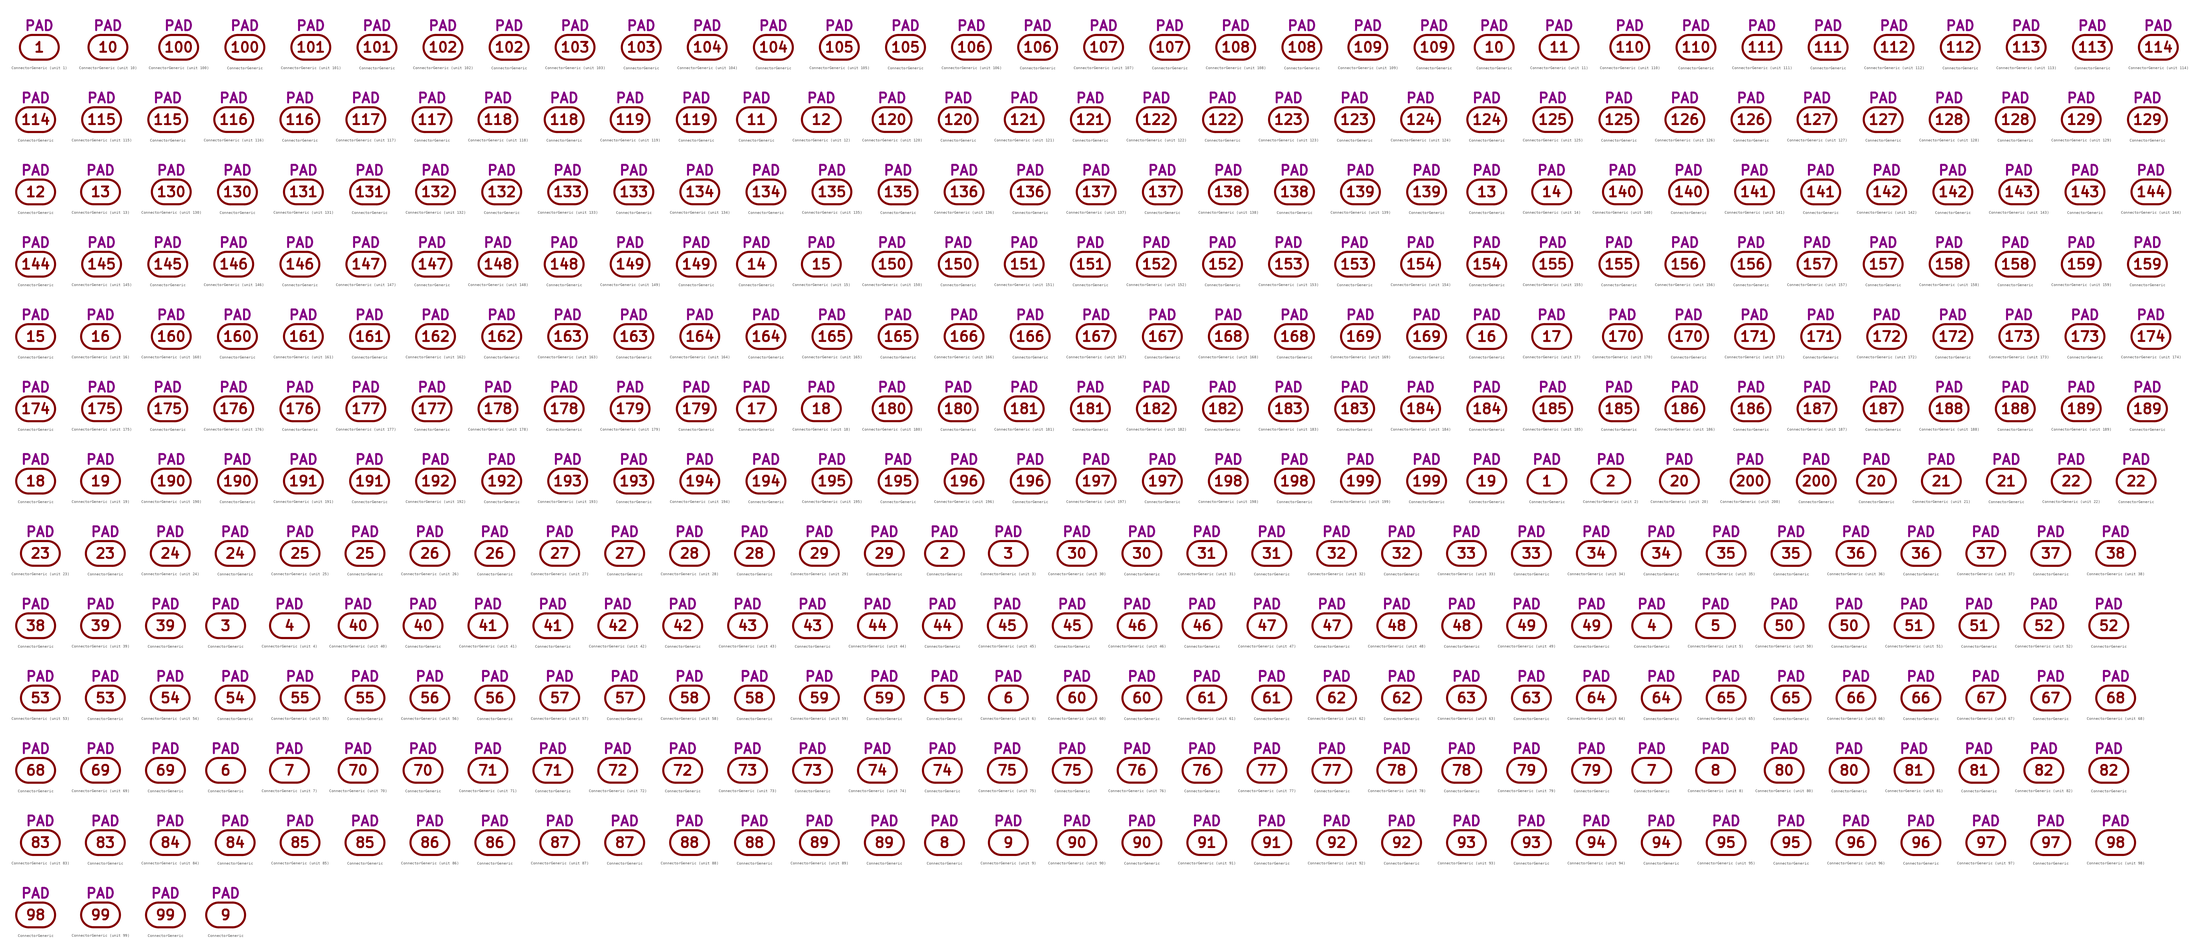
<source format=kicad_sym>
(kicad_symbol_lib
  (version 20211014)
  (generator kicad_symbol_editor)
  (symbol "ConnectorGeneric"
    (pin_numbers hide)
    (pin_names
      (offset 0) hide)
    (property "Reference" "J"
      (at 0 8.255 0)
      (effects (font (size 3.556 3.556)) hide))
    (property "Caption" "PAD"
      (at 0 5.715 0)
      (effects (font (size 3.556 3.556) bold) (justify bottom)))
    (property "ki_locked" ""
      (at 0 0 0)
      (effects (font (size 1.27 1.27))))
    (symbol "ConnectorGeneric_0_0"
      (arc (start -2.54 4.445) (mid -6.985 0) (end -2.54 -4.445) (stroke (width 0.762) (type default) (color 0 0 0 0)) (fill (type none)))
      (polyline (pts (xy -2.54 -4.445) (xy 2.54 -4.445)) (stroke (width 0.762) (type default) (color 0 0 0 0)) (fill (type none)))
      (polyline (pts (xy -2.54 4.445) (xy 2.54 4.445)) (stroke (width 0.762) (type default) (color 0 0 0 0)) (fill (type none)))
      (arc (start 2.54 -4.445) (mid 6.985 0) (end 2.54 4.445) (stroke (width 0.762) (type default) (color 0 0 0 0)) (fill (type none))))
    (symbol "ConnectorGeneric_1_0"
      (text "1" (at 0 0 0) (effects (font (size 3.556 3.556) bold))))
    (symbol "ConnectorGeneric_1_1"
      (pin passive line (at 6.985 0 180) (length 0) (name "1" (effects (font (size 3.556 3.556)))) (number "1" (effects (font (size 3.556 3.556))))))
    (symbol "ConnectorGeneric_1_2"
      (pin passive line (at 0 4.445 270) (length 0) (name "1" (effects (font (size 3.556 3.556)))) (number "1" (effects (font (size 3.556 3.556))))))
    (symbol "ConnectorGeneric_2_0"
      (text "2" (at 0 0 0) (effects (font (size 3.556 3.556) bold))))
    (symbol "ConnectorGeneric_2_1"
      (pin passive line (at 6.985 0 180) (length 0) (name "2" (effects (font (size 3.556 3.556)))) (number "2" (effects (font (size 3.556 3.556))))))
    (symbol "ConnectorGeneric_2_2"
      (pin passive line (at 0 4.445 270) (length 0) (name "2" (effects (font (size 3.556 3.556)))) (number "2" (effects (font (size 3.556 3.556))))))
    (symbol "ConnectorGeneric_3_0"
      (text "3" (at 0 0 0) (effects (font (size 3.556 3.556) bold))))
    (symbol "ConnectorGeneric_3_1"
      (pin passive line (at 6.985 0 180) (length 0) (name "3" (effects (font (size 3.556 3.556)))) (number "3" (effects (font (size 3.556 3.556))))))
    (symbol "ConnectorGeneric_3_2"
      (pin passive line (at 0 4.445 270) (length 0) (name "3" (effects (font (size 3.556 3.556)))) (number "3" (effects (font (size 3.556 3.556))))))
    (symbol "ConnectorGeneric_4_0"
      (text "4" (at 0 0 0) (effects (font (size 3.556 3.556) bold))))
    (symbol "ConnectorGeneric_4_1"
      (pin passive line (at 6.985 0 180) (length 0) (name "4" (effects (font (size 3.556 3.556)))) (number "4" (effects (font (size 3.556 3.556))))))
    (symbol "ConnectorGeneric_4_2"
      (pin passive line (at 0 4.445 270) (length 0) (name "4" (effects (font (size 3.556 3.556)))) (number "4" (effects (font (size 3.556 3.556))))))
    (symbol "ConnectorGeneric_5_0"
      (text "5" (at 0 0 0) (effects (font (size 3.556 3.556) bold))))
    (symbol "ConnectorGeneric_5_1"
      (pin passive line (at 6.985 0 180) (length 0) (name "5" (effects (font (size 3.556 3.556)))) (number "5" (effects (font (size 3.556 3.556))))))
    (symbol "ConnectorGeneric_5_2"
      (pin passive line (at 0 4.445 270) (length 0) (name "5" (effects (font (size 3.556 3.556)))) (number "5" (effects (font (size 3.556 3.556))))))
    (symbol "ConnectorGeneric_6_0"
      (text "6" (at 0 0 0) (effects (font (size 3.556 3.556) bold))))
    (symbol "ConnectorGeneric_6_1"
      (pin passive line (at 6.985 0 180) (length 0) (name "6" (effects (font (size 3.556 3.556)))) (number "6" (effects (font (size 3.556 3.556))))))
    (symbol "ConnectorGeneric_6_2"
      (pin passive line (at 0 4.445 270) (length 0) (name "6" (effects (font (size 3.556 3.556)))) (number "6" (effects (font (size 3.556 3.556))))))
    (symbol "ConnectorGeneric_7_0"
      (text "7" (at 0 0 0) (effects (font (size 3.556 3.556) bold))))
    (symbol "ConnectorGeneric_7_1"
      (pin passive line (at 6.985 0 180) (length 0) (name "7" (effects (font (size 3.556 3.556)))) (number "7" (effects (font (size 3.556 3.556))))))
    (symbol "ConnectorGeneric_7_2"
      (pin passive line (at 0 4.445 270) (length 0) (name "7" (effects (font (size 3.556 3.556)))) (number "7" (effects (font (size 3.556 3.556))))))
    (symbol "ConnectorGeneric_8_0"
      (text "8" (at 0 0 0) (effects (font (size 3.556 3.556) bold))))
    (symbol "ConnectorGeneric_8_1"
      (pin passive line (at 6.985 0 180) (length 0) (name "8" (effects (font (size 3.556 3.556)))) (number "8" (effects (font (size 3.556 3.556))))))
    (symbol "ConnectorGeneric_8_2"
      (pin passive line (at 0 4.445 270) (length 0) (name "8" (effects (font (size 3.556 3.556)))) (number "8" (effects (font (size 3.556 3.556))))))
    (symbol "ConnectorGeneric_9_0"
      (text "9" (at 0 0 0) (effects (font (size 3.556 3.556) bold))))
    (symbol "ConnectorGeneric_9_1"
      (pin passive line (at 6.985 0 180) (length 0) (name "9" (effects (font (size 3.556 3.556)))) (number "9" (effects (font (size 3.556 3.556))))))
    (symbol "ConnectorGeneric_9_2"
      (pin passive line (at 0 4.445 270) (length 0) (name "9" (effects (font (size 3.556 3.556)))) (number "9" (effects (font (size 3.556 3.556))))))
    (symbol "ConnectorGeneric_10_0"
      (text "10" (at 0 0 0) (effects (font (size 3.556 3.556) bold))))
    (symbol "ConnectorGeneric_10_1"
      (pin passive line (at 6.985 0 180) (length 0) (name "10" (effects (font (size 3.556 3.556)))) (number "10" (effects (font (size 3.556 3.556))))))
    (symbol "ConnectorGeneric_10_2"
      (pin passive line (at 0 4.445 270) (length 0) (name "10" (effects (font (size 3.556 3.556)))) (number "10" (effects (font (size 3.556 3.556))))))
    (symbol "ConnectorGeneric_11_0"
      (text "11" (at 0 0 0) (effects (font (size 3.556 3.556) bold))))
    (symbol "ConnectorGeneric_11_1"
      (pin passive line (at 6.985 0 180) (length 0) (name "11" (effects (font (size 3.556 3.556)))) (number "11" (effects (font (size 3.556 3.556))))))
    (symbol "ConnectorGeneric_11_2"
      (pin passive line (at 0 4.445 270) (length 0) (name "11" (effects (font (size 3.556 3.556)))) (number "11" (effects (font (size 3.556 3.556))))))
    (symbol "ConnectorGeneric_12_0"
      (text "12" (at 0 0 0) (effects (font (size 3.556 3.556) bold))))
    (symbol "ConnectorGeneric_12_1"
      (pin passive line (at 6.985 0 180) (length 0) (name "12" (effects (font (size 3.556 3.556)))) (number "12" (effects (font (size 3.556 3.556))))))
    (symbol "ConnectorGeneric_12_2"
      (pin passive line (at 0 4.445 270) (length 0) (name "12" (effects (font (size 3.556 3.556)))) (number "12" (effects (font (size 3.556 3.556))))))
    (symbol "ConnectorGeneric_13_0"
      (text "13" (at 0 0 0) (effects (font (size 3.556 3.556) bold))))
    (symbol "ConnectorGeneric_13_1"
      (pin passive line (at 6.985 0 180) (length 0) (name "13" (effects (font (size 3.556 3.556)))) (number "13" (effects (font (size 3.556 3.556))))))
    (symbol "ConnectorGeneric_13_2"
      (pin passive line (at 0 4.445 270) (length 0) (name "13" (effects (font (size 3.556 3.556)))) (number "13" (effects (font (size 3.556 3.556))))))
    (symbol "ConnectorGeneric_14_0"
      (text "14" (at 0 0 0) (effects (font (size 3.556 3.556) bold))))
    (symbol "ConnectorGeneric_14_1"
      (pin passive line (at 6.985 0 180) (length 0) (name "14" (effects (font (size 3.556 3.556)))) (number "14" (effects (font (size 3.556 3.556))))))
    (symbol "ConnectorGeneric_14_2"
      (pin passive line (at 0 4.445 270) (length 0) (name "14" (effects (font (size 3.556 3.556)))) (number "14" (effects (font (size 3.556 3.556))))))
    (symbol "ConnectorGeneric_15_0"
      (text "15" (at 0 0 0) (effects (font (size 3.556 3.556) bold))))
    (symbol "ConnectorGeneric_15_1"
      (pin passive line (at 6.985 0 180) (length 0) (name "15" (effects (font (size 3.556 3.556)))) (number "15" (effects (font (size 3.556 3.556))))))
    (symbol "ConnectorGeneric_15_2"
      (pin passive line (at 0 4.445 270) (length 0) (name "15" (effects (font (size 3.556 3.556)))) (number "15" (effects (font (size 3.556 3.556))))))
    (symbol "ConnectorGeneric_16_0"
      (text "16" (at 0 0 0) (effects (font (size 3.556 3.556) bold))))
    (symbol "ConnectorGeneric_16_1"
      (pin passive line (at 6.985 0 180) (length 0) (name "16" (effects (font (size 3.556 3.556)))) (number "16" (effects (font (size 3.556 3.556))))))
    (symbol "ConnectorGeneric_16_2"
      (pin passive line (at 0 4.445 270) (length 0) (name "16" (effects (font (size 3.556 3.556)))) (number "16" (effects (font (size 3.556 3.556))))))
    (symbol "ConnectorGeneric_17_0"
      (text "17" (at 0 0 0) (effects (font (size 3.556 3.556) bold))))
    (symbol "ConnectorGeneric_17_1"
      (pin passive line (at 6.985 0 180) (length 0) (name "17" (effects (font (size 3.556 3.556)))) (number "17" (effects (font (size 3.556 3.556))))))
    (symbol "ConnectorGeneric_17_2"
      (pin passive line (at 0 4.445 270) (length 0) (name "17" (effects (font (size 3.556 3.556)))) (number "17" (effects (font (size 3.556 3.556))))))
    (symbol "ConnectorGeneric_18_0"
      (text "18" (at 0 0 0) (effects (font (size 3.556 3.556) bold))))
    (symbol "ConnectorGeneric_18_1"
      (pin passive line (at 6.985 0 180) (length 0) (name "18" (effects (font (size 3.556 3.556)))) (number "18" (effects (font (size 3.556 3.556))))))
    (symbol "ConnectorGeneric_18_2"
      (pin passive line (at 0 4.445 270) (length 0) (name "18" (effects (font (size 3.556 3.556)))) (number "18" (effects (font (size 3.556 3.556))))))
    (symbol "ConnectorGeneric_19_0"
      (text "19" (at 0 0 0) (effects (font (size 3.556 3.556) bold))))
    (symbol "ConnectorGeneric_19_1"
      (pin passive line (at 6.985 0 180) (length 0) (name "19" (effects (font (size 3.556 3.556)))) (number "19" (effects (font (size 3.556 3.556))))))
    (symbol "ConnectorGeneric_19_2"
      (pin passive line (at 0 4.445 270) (length 0) (name "19" (effects (font (size 3.556 3.556)))) (number "19" (effects (font (size 3.556 3.556))))))
    (symbol "ConnectorGeneric_20_0"
      (text "20" (at 0 0 0) (effects (font (size 3.556 3.556) bold))))
    (symbol "ConnectorGeneric_20_1"
      (pin passive line (at 6.985 0 180) (length 0) (name "20" (effects (font (size 3.556 3.556)))) (number "20" (effects (font (size 3.556 3.556))))))
    (symbol "ConnectorGeneric_20_2"
      (pin passive line (at 0 4.445 270) (length 0) (name "20" (effects (font (size 3.556 3.556)))) (number "20" (effects (font (size 3.556 3.556))))))
    (symbol "ConnectorGeneric_21_0"
      (text "21" (at 0 0 0) (effects (font (size 3.556 3.556) bold))))
    (symbol "ConnectorGeneric_21_1"
      (pin passive line (at 6.985 0 180) (length 0) (name "21" (effects (font (size 3.556 3.556)))) (number "21" (effects (font (size 3.556 3.556))))))
    (symbol "ConnectorGeneric_21_2"
      (pin passive line (at 0 4.445 270) (length 0) (name "21" (effects (font (size 3.556 3.556)))) (number "21" (effects (font (size 3.556 3.556))))))
    (symbol "ConnectorGeneric_22_0"
      (text "22" (at 0 0 0) (effects (font (size 3.556 3.556) bold))))
    (symbol "ConnectorGeneric_22_1"
      (pin passive line (at 6.985 0 180) (length 0) (name "22" (effects (font (size 3.556 3.556)))) (number "22" (effects (font (size 3.556 3.556))))))
    (symbol "ConnectorGeneric_22_2"
      (pin passive line (at 0 4.445 270) (length 0) (name "22" (effects (font (size 3.556 3.556)))) (number "22" (effects (font (size 3.556 3.556))))))
    (symbol "ConnectorGeneric_23_0"
      (text "23" (at 0 0 0) (effects (font (size 3.556 3.556) bold))))
    (symbol "ConnectorGeneric_23_1"
      (pin passive line (at 6.985 0 180) (length 0) (name "23" (effects (font (size 3.556 3.556)))) (number "23" (effects (font (size 3.556 3.556))))))
    (symbol "ConnectorGeneric_23_2"
      (pin passive line (at 0 4.445 270) (length 0) (name "23" (effects (font (size 3.556 3.556)))) (number "23" (effects (font (size 3.556 3.556))))))
    (symbol "ConnectorGeneric_24_0"
      (text "24" (at 0 0 0) (effects (font (size 3.556 3.556) bold))))
    (symbol "ConnectorGeneric_24_1"
      (pin passive line (at 6.985 0 180) (length 0) (name "24" (effects (font (size 3.556 3.556)))) (number "24" (effects (font (size 3.556 3.556))))))
    (symbol "ConnectorGeneric_24_2"
      (pin passive line (at 0 4.445 270) (length 0) (name "24" (effects (font (size 3.556 3.556)))) (number "24" (effects (font (size 3.556 3.556))))))
    (symbol "ConnectorGeneric_25_0"
      (text "25" (at 0 0 0) (effects (font (size 3.556 3.556) bold))))
    (symbol "ConnectorGeneric_25_1"
      (pin passive line (at 6.985 0 180) (length 0) (name "25" (effects (font (size 3.556 3.556)))) (number "25" (effects (font (size 3.556 3.556))))))
    (symbol "ConnectorGeneric_25_2"
      (pin passive line (at 0 4.445 270) (length 0) (name "25" (effects (font (size 3.556 3.556)))) (number "25" (effects (font (size 3.556 3.556))))))
    (symbol "ConnectorGeneric_26_0"
      (text "26" (at 0 0 0) (effects (font (size 3.556 3.556) bold))))
    (symbol "ConnectorGeneric_26_1"
      (pin passive line (at 6.985 0 180) (length 0) (name "26" (effects (font (size 3.556 3.556)))) (number "26" (effects (font (size 3.556 3.556))))))
    (symbol "ConnectorGeneric_26_2"
      (pin passive line (at 0 4.445 270) (length 0) (name "26" (effects (font (size 3.556 3.556)))) (number "26" (effects (font (size 3.556 3.556))))))
    (symbol "ConnectorGeneric_27_0"
      (text "27" (at 0 0 0) (effects (font (size 3.556 3.556) bold))))
    (symbol "ConnectorGeneric_27_1"
      (pin passive line (at 6.985 0 180) (length 0) (name "27" (effects (font (size 3.556 3.556)))) (number "27" (effects (font (size 3.556 3.556))))))
    (symbol "ConnectorGeneric_27_2"
      (pin passive line (at 0 4.445 270) (length 0) (name "27" (effects (font (size 3.556 3.556)))) (number "27" (effects (font (size 3.556 3.556))))))
    (symbol "ConnectorGeneric_28_0"
      (text "28" (at 0 0 0) (effects (font (size 3.556 3.556) bold))))
    (symbol "ConnectorGeneric_28_1"
      (pin passive line (at 6.985 0 180) (length 0) (name "28" (effects (font (size 3.556 3.556)))) (number "28" (effects (font (size 3.556 3.556))))))
    (symbol "ConnectorGeneric_28_2"
      (pin passive line (at 0 4.445 270) (length 0) (name "28" (effects (font (size 3.556 3.556)))) (number "28" (effects (font (size 3.556 3.556))))))
    (symbol "ConnectorGeneric_29_0"
      (text "29" (at 0 0 0) (effects (font (size 3.556 3.556) bold))))
    (symbol "ConnectorGeneric_29_1"
      (pin passive line (at 6.985 0 180) (length 0) (name "29" (effects (font (size 3.556 3.556)))) (number "29" (effects (font (size 3.556 3.556))))))
    (symbol "ConnectorGeneric_29_2"
      (pin passive line (at 0 4.445 270) (length 0) (name "29" (effects (font (size 3.556 3.556)))) (number "29" (effects (font (size 3.556 3.556))))))
    (symbol "ConnectorGeneric_30_0"
      (text "30" (at 0 0 0) (effects (font (size 3.556 3.556) bold))))
    (symbol "ConnectorGeneric_30_1"
      (pin passive line (at 6.985 0 180) (length 0) (name "30" (effects (font (size 3.556 3.556)))) (number "30" (effects (font (size 3.556 3.556))))))
    (symbol "ConnectorGeneric_30_2"
      (pin passive line (at 0 4.445 270) (length 0) (name "30" (effects (font (size 3.556 3.556)))) (number "30" (effects (font (size 3.556 3.556))))))
    (symbol "ConnectorGeneric_31_0"
      (text "31" (at 0 0 0) (effects (font (size 3.556 3.556) bold))))
    (symbol "ConnectorGeneric_31_1"
      (pin passive line (at 6.985 0 180) (length 0) (name "31" (effects (font (size 3.556 3.556)))) (number "31" (effects (font (size 3.556 3.556))))))
    (symbol "ConnectorGeneric_31_2"
      (pin passive line (at 0 4.445 270) (length 0) (name "31" (effects (font (size 3.556 3.556)))) (number "31" (effects (font (size 3.556 3.556))))))
    (symbol "ConnectorGeneric_32_0"
      (text "32" (at 0 0 0) (effects (font (size 3.556 3.556) bold))))
    (symbol "ConnectorGeneric_32_1"
      (pin passive line (at 6.985 0 180) (length 0) (name "32" (effects (font (size 3.556 3.556)))) (number "32" (effects (font (size 3.556 3.556))))))
    (symbol "ConnectorGeneric_32_2"
      (pin passive line (at 0 4.445 270) (length 0) (name "32" (effects (font (size 3.556 3.556)))) (number "32" (effects (font (size 3.556 3.556))))))
    (symbol "ConnectorGeneric_33_0"
      (text "33" (at 0 0 0) (effects (font (size 3.556 3.556) bold))))
    (symbol "ConnectorGeneric_33_1"
      (pin passive line (at 6.985 0 180) (length 0) (name "33" (effects (font (size 3.556 3.556)))) (number "33" (effects (font (size 3.556 3.556))))))
    (symbol "ConnectorGeneric_33_2"
      (pin passive line (at 0 4.445 270) (length 0) (name "33" (effects (font (size 3.556 3.556)))) (number "33" (effects (font (size 3.556 3.556))))))
    (symbol "ConnectorGeneric_34_0"
      (text "34" (at 0 0 0) (effects (font (size 3.556 3.556) bold))))
    (symbol "ConnectorGeneric_34_1"
      (pin passive line (at 6.985 0 180) (length 0) (name "34" (effects (font (size 3.556 3.556)))) (number "34" (effects (font (size 3.556 3.556))))))
    (symbol "ConnectorGeneric_34_2"
      (pin passive line (at 0 4.445 270) (length 0) (name "34" (effects (font (size 3.556 3.556)))) (number "34" (effects (font (size 3.556 3.556))))))
    (symbol "ConnectorGeneric_35_0"
      (text "35" (at 0 0 0) (effects (font (size 3.556 3.556) bold))))
    (symbol "ConnectorGeneric_35_1"
      (pin passive line (at 6.985 0 180) (length 0) (name "35" (effects (font (size 3.556 3.556)))) (number "35" (effects (font (size 3.556 3.556))))))
    (symbol "ConnectorGeneric_35_2"
      (pin passive line (at 0 4.445 270) (length 0) (name "35" (effects (font (size 3.556 3.556)))) (number "35" (effects (font (size 3.556 3.556))))))
    (symbol "ConnectorGeneric_36_0"
      (text "36" (at 0 0 0) (effects (font (size 3.556 3.556) bold))))
    (symbol "ConnectorGeneric_36_1"
      (pin passive line (at 6.985 0 180) (length 0) (name "36" (effects (font (size 3.556 3.556)))) (number "36" (effects (font (size 3.556 3.556))))))
    (symbol "ConnectorGeneric_36_2"
      (pin passive line (at 0 4.445 270) (length 0) (name "36" (effects (font (size 3.556 3.556)))) (number "36" (effects (font (size 3.556 3.556))))))
    (symbol "ConnectorGeneric_37_0"
      (text "37" (at 0 0 0) (effects (font (size 3.556 3.556) bold))))
    (symbol "ConnectorGeneric_37_1"
      (pin passive line (at 6.985 0 180) (length 0) (name "37" (effects (font (size 3.556 3.556)))) (number "37" (effects (font (size 3.556 3.556))))))
    (symbol "ConnectorGeneric_37_2"
      (pin passive line (at 0 4.445 270) (length 0) (name "37" (effects (font (size 3.556 3.556)))) (number "37" (effects (font (size 3.556 3.556))))))
    (symbol "ConnectorGeneric_38_0"
      (text "38" (at 0 0 0) (effects (font (size 3.556 3.556) bold))))
    (symbol "ConnectorGeneric_38_1"
      (pin passive line (at 6.985 0 180) (length 0) (name "38" (effects (font (size 3.556 3.556)))) (number "38" (effects (font (size 3.556 3.556))))))
    (symbol "ConnectorGeneric_38_2"
      (pin passive line (at 0 4.445 270) (length 0) (name "38" (effects (font (size 3.556 3.556)))) (number "38" (effects (font (size 3.556 3.556))))))
    (symbol "ConnectorGeneric_39_0"
      (text "39" (at 0 0 0) (effects (font (size 3.556 3.556) bold))))
    (symbol "ConnectorGeneric_39_1"
      (pin passive line (at 6.985 0 180) (length 0) (name "39" (effects (font (size 3.556 3.556)))) (number "39" (effects (font (size 3.556 3.556))))))
    (symbol "ConnectorGeneric_39_2"
      (pin passive line (at 0 4.445 270) (length 0) (name "39" (effects (font (size 3.556 3.556)))) (number "39" (effects (font (size 3.556 3.556))))))
    (symbol "ConnectorGeneric_40_0"
      (text "40" (at 0 0 0) (effects (font (size 3.556 3.556) bold))))
    (symbol "ConnectorGeneric_40_1"
      (pin passive line (at 6.985 0 180) (length 0) (name "40" (effects (font (size 3.556 3.556)))) (number "40" (effects (font (size 3.556 3.556))))))
    (symbol "ConnectorGeneric_40_2"
      (pin passive line (at 0 4.445 270) (length 0) (name "40" (effects (font (size 3.556 3.556)))) (number "40" (effects (font (size 3.556 3.556))))))
    (symbol "ConnectorGeneric_41_0"
      (text "41" (at 0 0 0) (effects (font (size 3.556 3.556) bold))))
    (symbol "ConnectorGeneric_41_1"
      (pin passive line (at 6.985 0 180) (length 0) (name "41" (effects (font (size 3.556 3.556)))) (number "41" (effects (font (size 3.556 3.556))))))
    (symbol "ConnectorGeneric_41_2"
      (pin passive line (at 0 4.445 270) (length 0) (name "41" (effects (font (size 3.556 3.556)))) (number "41" (effects (font (size 3.556 3.556))))))
    (symbol "ConnectorGeneric_42_0"
      (text "42" (at 0 0 0) (effects (font (size 3.556 3.556) bold))))
    (symbol "ConnectorGeneric_42_1"
      (pin passive line (at 6.985 0 180) (length 0) (name "42" (effects (font (size 3.556 3.556)))) (number "42" (effects (font (size 3.556 3.556))))))
    (symbol "ConnectorGeneric_42_2"
      (pin passive line (at 0 4.445 270) (length 0) (name "42" (effects (font (size 3.556 3.556)))) (number "42" (effects (font (size 3.556 3.556))))))
    (symbol "ConnectorGeneric_43_0"
      (text "43" (at 0 0 0) (effects (font (size 3.556 3.556) bold))))
    (symbol "ConnectorGeneric_43_1"
      (pin passive line (at 6.985 0 180) (length 0) (name "43" (effects (font (size 3.556 3.556)))) (number "43" (effects (font (size 3.556 3.556))))))
    (symbol "ConnectorGeneric_43_2"
      (pin passive line (at 0 4.445 270) (length 0) (name "43" (effects (font (size 3.556 3.556)))) (number "43" (effects (font (size 3.556 3.556))))))
    (symbol "ConnectorGeneric_44_0"
      (text "44" (at 0 0 0) (effects (font (size 3.556 3.556) bold))))
    (symbol "ConnectorGeneric_44_1"
      (pin passive line (at 6.985 0 180) (length 0) (name "44" (effects (font (size 3.556 3.556)))) (number "44" (effects (font (size 3.556 3.556))))))
    (symbol "ConnectorGeneric_44_2"
      (pin passive line (at 0 4.445 270) (length 0) (name "44" (effects (font (size 3.556 3.556)))) (number "44" (effects (font (size 3.556 3.556))))))
    (symbol "ConnectorGeneric_45_0"
      (text "45" (at 0 0 0) (effects (font (size 3.556 3.556) bold))))
    (symbol "ConnectorGeneric_45_1"
      (pin passive line (at 6.985 0 180) (length 0) (name "45" (effects (font (size 3.556 3.556)))) (number "45" (effects (font (size 3.556 3.556))))))
    (symbol "ConnectorGeneric_45_2"
      (pin passive line (at 0 4.445 270) (length 0) (name "45" (effects (font (size 3.556 3.556)))) (number "45" (effects (font (size 3.556 3.556))))))
    (symbol "ConnectorGeneric_46_0"
      (text "46" (at 0 0 0) (effects (font (size 3.556 3.556) bold))))
    (symbol "ConnectorGeneric_46_1"
      (pin passive line (at 6.985 0 180) (length 0) (name "46" (effects (font (size 3.556 3.556)))) (number "46" (effects (font (size 3.556 3.556))))))
    (symbol "ConnectorGeneric_46_2"
      (pin passive line (at 0 4.445 270) (length 0) (name "46" (effects (font (size 3.556 3.556)))) (number "46" (effects (font (size 3.556 3.556))))))
    (symbol "ConnectorGeneric_47_0"
      (text "47" (at 0 0 0) (effects (font (size 3.556 3.556) bold))))
    (symbol "ConnectorGeneric_47_1"
      (pin passive line (at 6.985 0 180) (length 0) (name "47" (effects (font (size 3.556 3.556)))) (number "47" (effects (font (size 3.556 3.556))))))
    (symbol "ConnectorGeneric_47_2"
      (pin passive line (at 0 4.445 270) (length 0) (name "47" (effects (font (size 3.556 3.556)))) (number "47" (effects (font (size 3.556 3.556))))))
    (symbol "ConnectorGeneric_48_0"
      (text "48" (at 0 0 0) (effects (font (size 3.556 3.556) bold))))
    (symbol "ConnectorGeneric_48_1"
      (pin passive line (at 6.985 0 180) (length 0) (name "48" (effects (font (size 3.556 3.556)))) (number "48" (effects (font (size 3.556 3.556))))))
    (symbol "ConnectorGeneric_48_2"
      (pin passive line (at 0 4.445 270) (length 0) (name "48" (effects (font (size 3.556 3.556)))) (number "48" (effects (font (size 3.556 3.556))))))
    (symbol "ConnectorGeneric_49_0"
      (text "49" (at 0 0 0) (effects (font (size 3.556 3.556) bold))))
    (symbol "ConnectorGeneric_49_1"
      (pin passive line (at 6.985 0 180) (length 0) (name "49" (effects (font (size 3.556 3.556)))) (number "49" (effects (font (size 3.556 3.556))))))
    (symbol "ConnectorGeneric_49_2"
      (pin passive line (at 0 4.445 270) (length 0) (name "49" (effects (font (size 3.556 3.556)))) (number "49" (effects (font (size 3.556 3.556))))))
    (symbol "ConnectorGeneric_50_0"
      (text "50" (at 0 0 0) (effects (font (size 3.556 3.556) bold))))
    (symbol "ConnectorGeneric_50_1"
      (pin passive line (at 6.985 0 180) (length 0) (name "50" (effects (font (size 3.556 3.556)))) (number "50" (effects (font (size 3.556 3.556))))))
    (symbol "ConnectorGeneric_50_2"
      (pin passive line (at 0 4.445 270) (length 0) (name "50" (effects (font (size 3.556 3.556)))) (number "50" (effects (font (size 3.556 3.556))))))
    (symbol "ConnectorGeneric_51_0"
      (text "51" (at 0 0 0) (effects (font (size 3.556 3.556) bold))))
    (symbol "ConnectorGeneric_51_1"
      (pin passive line (at 6.985 0 180) (length 0) (name "51" (effects (font (size 3.556 3.556)))) (number "51" (effects (font (size 3.556 3.556))))))
    (symbol "ConnectorGeneric_51_2"
      (pin passive line (at 0 4.445 270) (length 0) (name "51" (effects (font (size 3.556 3.556)))) (number "51" (effects (font (size 3.556 3.556))))))
    (symbol "ConnectorGeneric_52_0"
      (text "52" (at 0 0 0) (effects (font (size 3.556 3.556) bold))))
    (symbol "ConnectorGeneric_52_1"
      (pin passive line (at 6.985 0 180) (length 0) (name "52" (effects (font (size 3.556 3.556)))) (number "52" (effects (font (size 3.556 3.556))))))
    (symbol "ConnectorGeneric_52_2"
      (pin passive line (at 0 4.445 270) (length 0) (name "52" (effects (font (size 3.556 3.556)))) (number "52" (effects (font (size 3.556 3.556))))))
    (symbol "ConnectorGeneric_53_0"
      (text "53" (at 0 0 0) (effects (font (size 3.556 3.556) bold))))
    (symbol "ConnectorGeneric_53_1"
      (pin passive line (at 6.985 0 180) (length 0) (name "53" (effects (font (size 3.556 3.556)))) (number "53" (effects (font (size 3.556 3.556))))))
    (symbol "ConnectorGeneric_53_2"
      (pin passive line (at 0 4.445 270) (length 0) (name "53" (effects (font (size 3.556 3.556)))) (number "53" (effects (font (size 3.556 3.556))))))
    (symbol "ConnectorGeneric_54_0"
      (text "54" (at 0 0 0) (effects (font (size 3.556 3.556) bold))))
    (symbol "ConnectorGeneric_54_1"
      (pin passive line (at 6.985 0 180) (length 0) (name "54" (effects (font (size 3.556 3.556)))) (number "54" (effects (font (size 3.556 3.556))))))
    (symbol "ConnectorGeneric_54_2"
      (pin passive line (at 0 4.445 270) (length 0) (name "54" (effects (font (size 3.556 3.556)))) (number "54" (effects (font (size 3.556 3.556))))))
    (symbol "ConnectorGeneric_55_0"
      (text "55" (at 0 0 0) (effects (font (size 3.556 3.556) bold))))
    (symbol "ConnectorGeneric_55_1"
      (pin passive line (at 6.985 0 180) (length 0) (name "55" (effects (font (size 3.556 3.556)))) (number "55" (effects (font (size 3.556 3.556))))))
    (symbol "ConnectorGeneric_55_2"
      (pin passive line (at 0 4.445 270) (length 0) (name "55" (effects (font (size 3.556 3.556)))) (number "55" (effects (font (size 3.556 3.556))))))
    (symbol "ConnectorGeneric_56_0"
      (text "56" (at 0 0 0) (effects (font (size 3.556 3.556) bold))))
    (symbol "ConnectorGeneric_56_1"
      (pin passive line (at 6.985 0 180) (length 0) (name "56" (effects (font (size 3.556 3.556)))) (number "56" (effects (font (size 3.556 3.556))))))
    (symbol "ConnectorGeneric_56_2"
      (pin passive line (at 0 4.445 270) (length 0) (name "56" (effects (font (size 3.556 3.556)))) (number "56" (effects (font (size 3.556 3.556))))))
    (symbol "ConnectorGeneric_57_0"
      (text "57" (at 0 0 0) (effects (font (size 3.556 3.556) bold))))
    (symbol "ConnectorGeneric_57_1"
      (pin passive line (at 6.985 0 180) (length 0) (name "57" (effects (font (size 3.556 3.556)))) (number "57" (effects (font (size 3.556 3.556))))))
    (symbol "ConnectorGeneric_57_2"
      (pin passive line (at 0 4.445 270) (length 0) (name "57" (effects (font (size 3.556 3.556)))) (number "57" (effects (font (size 3.556 3.556))))))
    (symbol "ConnectorGeneric_58_0"
      (text "58" (at 0 0 0) (effects (font (size 3.556 3.556) bold))))
    (symbol "ConnectorGeneric_58_1"
      (pin passive line (at 6.985 0 180) (length 0) (name "58" (effects (font (size 3.556 3.556)))) (number "58" (effects (font (size 3.556 3.556))))))
    (symbol "ConnectorGeneric_58_2"
      (pin passive line (at 0 4.445 270) (length 0) (name "58" (effects (font (size 3.556 3.556)))) (number "58" (effects (font (size 3.556 3.556))))))
    (symbol "ConnectorGeneric_59_0"
      (text "59" (at 0 0 0) (effects (font (size 3.556 3.556) bold))))
    (symbol "ConnectorGeneric_59_1"
      (pin passive line (at 6.985 0 180) (length 0) (name "59" (effects (font (size 3.556 3.556)))) (number "59" (effects (font (size 3.556 3.556))))))
    (symbol "ConnectorGeneric_59_2"
      (pin passive line (at 0 4.445 270) (length 0) (name "59" (effects (font (size 3.556 3.556)))) (number "59" (effects (font (size 3.556 3.556))))))
    (symbol "ConnectorGeneric_60_0"
      (text "60" (at 0 0 0) (effects (font (size 3.556 3.556) bold))))
    (symbol "ConnectorGeneric_60_1"
      (pin passive line (at 6.985 0 180) (length 0) (name "60" (effects (font (size 3.556 3.556)))) (number "60" (effects (font (size 3.556 3.556))))))
    (symbol "ConnectorGeneric_60_2"
      (pin passive line (at 0 4.445 270) (length 0) (name "60" (effects (font (size 3.556 3.556)))) (number "60" (effects (font (size 3.556 3.556))))))
    (symbol "ConnectorGeneric_61_0"
      (text "61" (at 0 0 0) (effects (font (size 3.556 3.556) bold))))
    (symbol "ConnectorGeneric_61_1"
      (pin passive line (at 6.985 0 180) (length 0) (name "61" (effects (font (size 3.556 3.556)))) (number "61" (effects (font (size 3.556 3.556))))))
    (symbol "ConnectorGeneric_61_2"
      (pin passive line (at 0 4.445 270) (length 0) (name "61" (effects (font (size 3.556 3.556)))) (number "61" (effects (font (size 3.556 3.556))))))
    (symbol "ConnectorGeneric_62_0"
      (text "62" (at 0 0 0) (effects (font (size 3.556 3.556) bold))))
    (symbol "ConnectorGeneric_62_1"
      (pin passive line (at 6.985 0 180) (length 0) (name "62" (effects (font (size 3.556 3.556)))) (number "62" (effects (font (size 3.556 3.556))))))
    (symbol "ConnectorGeneric_62_2"
      (pin passive line (at 0 4.445 270) (length 0) (name "62" (effects (font (size 3.556 3.556)))) (number "62" (effects (font (size 3.556 3.556))))))
    (symbol "ConnectorGeneric_63_0"
      (text "63" (at 0 0 0) (effects (font (size 3.556 3.556) bold))))
    (symbol "ConnectorGeneric_63_1"
      (pin passive line (at 6.985 0 180) (length 0) (name "63" (effects (font (size 3.556 3.556)))) (number "63" (effects (font (size 3.556 3.556))))))
    (symbol "ConnectorGeneric_63_2"
      (pin passive line (at 0 4.445 270) (length 0) (name "63" (effects (font (size 3.556 3.556)))) (number "63" (effects (font (size 3.556 3.556))))))
    (symbol "ConnectorGeneric_64_0"
      (text "64" (at 0 0 0) (effects (font (size 3.556 3.556) bold))))
    (symbol "ConnectorGeneric_64_1"
      (pin passive line (at 6.985 0 180) (length 0) (name "64" (effects (font (size 3.556 3.556)))) (number "64" (effects (font (size 3.556 3.556))))))
    (symbol "ConnectorGeneric_64_2"
      (pin passive line (at 0 4.445 270) (length 0) (name "64" (effects (font (size 3.556 3.556)))) (number "64" (effects (font (size 3.556 3.556))))))
    (symbol "ConnectorGeneric_65_0"
      (text "65" (at 0 0 0) (effects (font (size 3.556 3.556) bold))))
    (symbol "ConnectorGeneric_65_1"
      (pin passive line (at 6.985 0 180) (length 0) (name "65" (effects (font (size 3.556 3.556)))) (number "65" (effects (font (size 3.556 3.556))))))
    (symbol "ConnectorGeneric_65_2"
      (pin passive line (at 0 4.445 270) (length 0) (name "65" (effects (font (size 3.556 3.556)))) (number "65" (effects (font (size 3.556 3.556))))))
    (symbol "ConnectorGeneric_66_0"
      (text "66" (at 0 0 0) (effects (font (size 3.556 3.556) bold))))
    (symbol "ConnectorGeneric_66_1"
      (pin passive line (at 6.985 0 180) (length 0) (name "66" (effects (font (size 3.556 3.556)))) (number "66" (effects (font (size 3.556 3.556))))))
    (symbol "ConnectorGeneric_66_2"
      (pin passive line (at 0 4.445 270) (length 0) (name "66" (effects (font (size 3.556 3.556)))) (number "66" (effects (font (size 3.556 3.556))))))
    (symbol "ConnectorGeneric_67_0"
      (text "67" (at 0 0 0) (effects (font (size 3.556 3.556) bold))))
    (symbol "ConnectorGeneric_67_1"
      (pin passive line (at 6.985 0 180) (length 0) (name "67" (effects (font (size 3.556 3.556)))) (number "67" (effects (font (size 3.556 3.556))))))
    (symbol "ConnectorGeneric_67_2"
      (pin passive line (at 0 4.445 270) (length 0) (name "67" (effects (font (size 3.556 3.556)))) (number "67" (effects (font (size 3.556 3.556))))))
    (symbol "ConnectorGeneric_68_0"
      (text "68" (at 0 0 0) (effects (font (size 3.556 3.556) bold))))
    (symbol "ConnectorGeneric_68_1"
      (pin passive line (at 6.985 0 180) (length 0) (name "68" (effects (font (size 3.556 3.556)))) (number "68" (effects (font (size 3.556 3.556))))))
    (symbol "ConnectorGeneric_68_2"
      (pin passive line (at 0 4.445 270) (length 0) (name "68" (effects (font (size 3.556 3.556)))) (number "68" (effects (font (size 3.556 3.556))))))
    (symbol "ConnectorGeneric_69_0"
      (text "69" (at 0 0 0) (effects (font (size 3.556 3.556) bold))))
    (symbol "ConnectorGeneric_69_1"
      (pin passive line (at 6.985 0 180) (length 0) (name "69" (effects (font (size 3.556 3.556)))) (number "69" (effects (font (size 3.556 3.556))))))
    (symbol "ConnectorGeneric_69_2"
      (pin passive line (at 0 4.445 270) (length 0) (name "69" (effects (font (size 3.556 3.556)))) (number "69" (effects (font (size 3.556 3.556))))))
    (symbol "ConnectorGeneric_70_0"
      (text "70" (at 0 0 0) (effects (font (size 3.556 3.556) bold))))
    (symbol "ConnectorGeneric_70_1"
      (pin passive line (at 6.985 0 180) (length 0) (name "70" (effects (font (size 3.556 3.556)))) (number "70" (effects (font (size 3.556 3.556))))))
    (symbol "ConnectorGeneric_70_2"
      (pin passive line (at 0 4.445 270) (length 0) (name "70" (effects (font (size 3.556 3.556)))) (number "70" (effects (font (size 3.556 3.556))))))
    (symbol "ConnectorGeneric_71_0"
      (text "71" (at 0 0 0) (effects (font (size 3.556 3.556) bold))))
    (symbol "ConnectorGeneric_71_1"
      (pin passive line (at 6.985 0 180) (length 0) (name "71" (effects (font (size 3.556 3.556)))) (number "71" (effects (font (size 3.556 3.556))))))
    (symbol "ConnectorGeneric_71_2"
      (pin passive line (at 0 4.445 270) (length 0) (name "71" (effects (font (size 3.556 3.556)))) (number "71" (effects (font (size 3.556 3.556))))))
    (symbol "ConnectorGeneric_72_0"
      (text "72" (at 0 0 0) (effects (font (size 3.556 3.556) bold))))
    (symbol "ConnectorGeneric_72_1"
      (pin passive line (at 6.985 0 180) (length 0) (name "72" (effects (font (size 3.556 3.556)))) (number "72" (effects (font (size 3.556 3.556))))))
    (symbol "ConnectorGeneric_72_2"
      (pin passive line (at 0 4.445 270) (length 0) (name "72" (effects (font (size 3.556 3.556)))) (number "72" (effects (font (size 3.556 3.556))))))
    (symbol "ConnectorGeneric_73_0"
      (text "73" (at 0 0 0) (effects (font (size 3.556 3.556) bold))))
    (symbol "ConnectorGeneric_73_1"
      (pin passive line (at 6.985 0 180) (length 0) (name "73" (effects (font (size 3.556 3.556)))) (number "73" (effects (font (size 3.556 3.556))))))
    (symbol "ConnectorGeneric_73_2"
      (pin passive line (at 0 4.445 270) (length 0) (name "73" (effects (font (size 3.556 3.556)))) (number "73" (effects (font (size 3.556 3.556))))))
    (symbol "ConnectorGeneric_74_0"
      (text "74" (at 0 0 0) (effects (font (size 3.556 3.556) bold))))
    (symbol "ConnectorGeneric_74_1"
      (pin passive line (at 6.985 0 180) (length 0) (name "74" (effects (font (size 3.556 3.556)))) (number "74" (effects (font (size 3.556 3.556))))))
    (symbol "ConnectorGeneric_74_2"
      (pin passive line (at 0 4.445 270) (length 0) (name "74" (effects (font (size 3.556 3.556)))) (number "74" (effects (font (size 3.556 3.556))))))
    (symbol "ConnectorGeneric_75_0"
      (text "75" (at 0 0 0) (effects (font (size 3.556 3.556) bold))))
    (symbol "ConnectorGeneric_75_1"
      (pin passive line (at 6.985 0 180) (length 0) (name "75" (effects (font (size 3.556 3.556)))) (number "75" (effects (font (size 3.556 3.556))))))
    (symbol "ConnectorGeneric_75_2"
      (pin passive line (at 0 4.445 270) (length 0) (name "75" (effects (font (size 3.556 3.556)))) (number "75" (effects (font (size 3.556 3.556))))))
    (symbol "ConnectorGeneric_76_0"
      (text "76" (at 0 0 0) (effects (font (size 3.556 3.556) bold))))
    (symbol "ConnectorGeneric_76_1"
      (pin passive line (at 6.985 0 180) (length 0) (name "76" (effects (font (size 3.556 3.556)))) (number "76" (effects (font (size 3.556 3.556))))))
    (symbol "ConnectorGeneric_76_2"
      (pin passive line (at 0 4.445 270) (length 0) (name "76" (effects (font (size 3.556 3.556)))) (number "76" (effects (font (size 3.556 3.556))))))
    (symbol "ConnectorGeneric_77_0"
      (text "77" (at 0 0 0) (effects (font (size 3.556 3.556) bold))))
    (symbol "ConnectorGeneric_77_1"
      (pin passive line (at 6.985 0 180) (length 0) (name "77" (effects (font (size 3.556 3.556)))) (number "77" (effects (font (size 3.556 3.556))))))
    (symbol "ConnectorGeneric_77_2"
      (pin passive line (at 0 4.445 270) (length 0) (name "77" (effects (font (size 3.556 3.556)))) (number "77" (effects (font (size 3.556 3.556))))))
    (symbol "ConnectorGeneric_78_0"
      (text "78" (at 0 0 0) (effects (font (size 3.556 3.556) bold))))
    (symbol "ConnectorGeneric_78_1"
      (pin passive line (at 6.985 0 180) (length 0) (name "78" (effects (font (size 3.556 3.556)))) (number "78" (effects (font (size 3.556 3.556))))))
    (symbol "ConnectorGeneric_78_2"
      (pin passive line (at 0 4.445 270) (length 0) (name "78" (effects (font (size 3.556 3.556)))) (number "78" (effects (font (size 3.556 3.556))))))
    (symbol "ConnectorGeneric_79_0"
      (text "79" (at 0 0 0) (effects (font (size 3.556 3.556) bold))))
    (symbol "ConnectorGeneric_79_1"
      (pin passive line (at 6.985 0 180) (length 0) (name "79" (effects (font (size 3.556 3.556)))) (number "79" (effects (font (size 3.556 3.556))))))
    (symbol "ConnectorGeneric_79_2"
      (pin passive line (at 0 4.445 270) (length 0) (name "79" (effects (font (size 3.556 3.556)))) (number "79" (effects (font (size 3.556 3.556))))))
    (symbol "ConnectorGeneric_80_0"
      (text "80" (at 0 0 0) (effects (font (size 3.556 3.556) bold))))
    (symbol "ConnectorGeneric_80_1"
      (pin passive line (at 6.985 0 180) (length 0) (name "80" (effects (font (size 3.556 3.556)))) (number "80" (effects (font (size 3.556 3.556))))))
    (symbol "ConnectorGeneric_80_2"
      (pin passive line (at 0 4.445 270) (length 0) (name "80" (effects (font (size 3.556 3.556)))) (number "80" (effects (font (size 3.556 3.556))))))
    (symbol "ConnectorGeneric_81_0"
      (text "81" (at 0 0 0) (effects (font (size 3.556 3.556) bold))))
    (symbol "ConnectorGeneric_81_1"
      (pin passive line (at 6.985 0 180) (length 0) (name "81" (effects (font (size 3.556 3.556)))) (number "81" (effects (font (size 3.556 3.556))))))
    (symbol "ConnectorGeneric_81_2"
      (pin passive line (at 0 4.445 270) (length 0) (name "81" (effects (font (size 3.556 3.556)))) (number "81" (effects (font (size 3.556 3.556))))))
    (symbol "ConnectorGeneric_82_0"
      (text "82" (at 0 0 0) (effects (font (size 3.556 3.556) bold))))
    (symbol "ConnectorGeneric_82_1"
      (pin passive line (at 6.985 0 180) (length 0) (name "82" (effects (font (size 3.556 3.556)))) (number "82" (effects (font (size 3.556 3.556))))))
    (symbol "ConnectorGeneric_82_2"
      (pin passive line (at 0 4.445 270) (length 0) (name "82" (effects (font (size 3.556 3.556)))) (number "82" (effects (font (size 3.556 3.556))))))
    (symbol "ConnectorGeneric_83_0"
      (text "83" (at 0 0 0) (effects (font (size 3.556 3.556) bold))))
    (symbol "ConnectorGeneric_83_1"
      (pin passive line (at 6.985 0 180) (length 0) (name "83" (effects (font (size 3.556 3.556)))) (number "83" (effects (font (size 3.556 3.556))))))
    (symbol "ConnectorGeneric_83_2"
      (pin passive line (at 0 4.445 270) (length 0) (name "83" (effects (font (size 3.556 3.556)))) (number "83" (effects (font (size 3.556 3.556))))))
    (symbol "ConnectorGeneric_84_0"
      (text "84" (at 0 0 0) (effects (font (size 3.556 3.556) bold))))
    (symbol "ConnectorGeneric_84_1"
      (pin passive line (at 6.985 0 180) (length 0) (name "84" (effects (font (size 3.556 3.556)))) (number "84" (effects (font (size 3.556 3.556))))))
    (symbol "ConnectorGeneric_84_2"
      (pin passive line (at 0 4.445 270) (length 0) (name "84" (effects (font (size 3.556 3.556)))) (number "84" (effects (font (size 3.556 3.556))))))
    (symbol "ConnectorGeneric_85_0"
      (text "85" (at 0 0 0) (effects (font (size 3.556 3.556) bold))))
    (symbol "ConnectorGeneric_85_1"
      (pin passive line (at 6.985 0 180) (length 0) (name "85" (effects (font (size 3.556 3.556)))) (number "85" (effects (font (size 3.556 3.556))))))
    (symbol "ConnectorGeneric_85_2"
      (pin passive line (at 0 4.445 270) (length 0) (name "85" (effects (font (size 3.556 3.556)))) (number "85" (effects (font (size 3.556 3.556))))))
    (symbol "ConnectorGeneric_86_0"
      (text "86" (at 0 0 0) (effects (font (size 3.556 3.556) bold))))
    (symbol "ConnectorGeneric_86_1"
      (pin passive line (at 6.985 0 180) (length 0) (name "86" (effects (font (size 3.556 3.556)))) (number "86" (effects (font (size 3.556 3.556))))))
    (symbol "ConnectorGeneric_86_2"
      (pin passive line (at 0 4.445 270) (length 0) (name "86" (effects (font (size 3.556 3.556)))) (number "86" (effects (font (size 3.556 3.556))))))
    (symbol "ConnectorGeneric_87_0"
      (text "87" (at 0 0 0) (effects (font (size 3.556 3.556) bold))))
    (symbol "ConnectorGeneric_87_1"
      (pin passive line (at 6.985 0 180) (length 0) (name "87" (effects (font (size 3.556 3.556)))) (number "87" (effects (font (size 3.556 3.556))))))
    (symbol "ConnectorGeneric_87_2"
      (pin passive line (at 0 4.445 270) (length 0) (name "87" (effects (font (size 3.556 3.556)))) (number "87" (effects (font (size 3.556 3.556))))))
    (symbol "ConnectorGeneric_88_0"
      (text "88" (at 0 0 0) (effects (font (size 3.556 3.556) bold))))
    (symbol "ConnectorGeneric_88_1"
      (pin passive line (at 6.985 0 180) (length 0) (name "88" (effects (font (size 3.556 3.556)))) (number "88" (effects (font (size 3.556 3.556))))))
    (symbol "ConnectorGeneric_88_2"
      (pin passive line (at 0 4.445 270) (length 0) (name "88" (effects (font (size 3.556 3.556)))) (number "88" (effects (font (size 3.556 3.556))))))
    (symbol "ConnectorGeneric_89_0"
      (text "89" (at 0 0 0) (effects (font (size 3.556 3.556) bold))))
    (symbol "ConnectorGeneric_89_1"
      (pin passive line (at 6.985 0 180) (length 0) (name "89" (effects (font (size 3.556 3.556)))) (number "89" (effects (font (size 3.556 3.556))))))
    (symbol "ConnectorGeneric_89_2"
      (pin passive line (at 0 4.445 270) (length 0) (name "89" (effects (font (size 3.556 3.556)))) (number "89" (effects (font (size 3.556 3.556))))))
    (symbol "ConnectorGeneric_90_0"
      (text "90" (at 0 0 0) (effects (font (size 3.556 3.556) bold))))
    (symbol "ConnectorGeneric_90_1"
      (pin passive line (at 6.985 0 180) (length 0) (name "90" (effects (font (size 3.556 3.556)))) (number "90" (effects (font (size 3.556 3.556))))))
    (symbol "ConnectorGeneric_90_2"
      (pin passive line (at 0 4.445 270) (length 0) (name "90" (effects (font (size 3.556 3.556)))) (number "90" (effects (font (size 3.556 3.556))))))
    (symbol "ConnectorGeneric_91_0"
      (text "91" (at 0 0 0) (effects (font (size 3.556 3.556) bold))))
    (symbol "ConnectorGeneric_91_1"
      (pin passive line (at 6.985 0 180) (length 0) (name "91" (effects (font (size 3.556 3.556)))) (number "91" (effects (font (size 3.556 3.556))))))
    (symbol "ConnectorGeneric_91_2"
      (pin passive line (at 0 4.445 270) (length 0) (name "91" (effects (font (size 3.556 3.556)))) (number "91" (effects (font (size 3.556 3.556))))))
    (symbol "ConnectorGeneric_92_0"
      (text "92" (at 0 0 0) (effects (font (size 3.556 3.556) bold))))
    (symbol "ConnectorGeneric_92_1"
      (pin passive line (at 6.985 0 180) (length 0) (name "92" (effects (font (size 3.556 3.556)))) (number "92" (effects (font (size 3.556 3.556))))))
    (symbol "ConnectorGeneric_92_2"
      (pin passive line (at 0 4.445 270) (length 0) (name "92" (effects (font (size 3.556 3.556)))) (number "92" (effects (font (size 3.556 3.556))))))
    (symbol "ConnectorGeneric_93_0"
      (text "93" (at 0 0 0) (effects (font (size 3.556 3.556) bold))))
    (symbol "ConnectorGeneric_93_1"
      (pin passive line (at 6.985 0 180) (length 0) (name "93" (effects (font (size 3.556 3.556)))) (number "93" (effects (font (size 3.556 3.556))))))
    (symbol "ConnectorGeneric_93_2"
      (pin passive line (at 0 4.445 270) (length 0) (name "93" (effects (font (size 3.556 3.556)))) (number "93" (effects (font (size 3.556 3.556))))))
    (symbol "ConnectorGeneric_94_0"
      (text "94" (at 0 0 0) (effects (font (size 3.556 3.556) bold))))
    (symbol "ConnectorGeneric_94_1"
      (pin passive line (at 6.985 0 180) (length 0) (name "94" (effects (font (size 3.556 3.556)))) (number "94" (effects (font (size 3.556 3.556))))))
    (symbol "ConnectorGeneric_94_2"
      (pin passive line (at 0 4.445 270) (length 0) (name "94" (effects (font (size 3.556 3.556)))) (number "94" (effects (font (size 3.556 3.556))))))
    (symbol "ConnectorGeneric_95_0"
      (text "95" (at 0 0 0) (effects (font (size 3.556 3.556) bold))))
    (symbol "ConnectorGeneric_95_1"
      (pin passive line (at 6.985 0 180) (length 0) (name "95" (effects (font (size 3.556 3.556)))) (number "95" (effects (font (size 3.556 3.556))))))
    (symbol "ConnectorGeneric_95_2"
      (pin passive line (at 0 4.445 270) (length 0) (name "95" (effects (font (size 3.556 3.556)))) (number "95" (effects (font (size 3.556 3.556))))))
    (symbol "ConnectorGeneric_96_0"
      (text "96" (at 0 0 0) (effects (font (size 3.556 3.556) bold))))
    (symbol "ConnectorGeneric_96_1"
      (pin passive line (at 6.985 0 180) (length 0) (name "96" (effects (font (size 3.556 3.556)))) (number "96" (effects (font (size 3.556 3.556))))))
    (symbol "ConnectorGeneric_96_2"
      (pin passive line (at 0 4.445 270) (length 0) (name "96" (effects (font (size 3.556 3.556)))) (number "96" (effects (font (size 3.556 3.556))))))
    (symbol "ConnectorGeneric_97_0"
      (text "97" (at 0 0 0) (effects (font (size 3.556 3.556) bold))))
    (symbol "ConnectorGeneric_97_1"
      (pin passive line (at 6.985 0 180) (length 0) (name "97" (effects (font (size 3.556 3.556)))) (number "97" (effects (font (size 3.556 3.556))))))
    (symbol "ConnectorGeneric_97_2"
      (pin passive line (at 0 4.445 270) (length 0) (name "97" (effects (font (size 3.556 3.556)))) (number "97" (effects (font (size 3.556 3.556))))))
    (symbol "ConnectorGeneric_98_0"
      (text "98" (at 0 0 0) (effects (font (size 3.556 3.556) bold))))
    (symbol "ConnectorGeneric_98_1"
      (pin passive line (at 6.985 0 180) (length 0) (name "98" (effects (font (size 3.556 3.556)))) (number "98" (effects (font (size 3.556 3.556))))))
    (symbol "ConnectorGeneric_98_2"
      (pin passive line (at 0 4.445 270) (length 0) (name "98" (effects (font (size 3.556 3.556)))) (number "98" (effects (font (size 3.556 3.556))))))
    (symbol "ConnectorGeneric_99_0"
      (text "99" (at 0 0 0) (effects (font (size 3.556 3.556) bold))))
    (symbol "ConnectorGeneric_99_1"
      (pin passive line (at 6.985 0 180) (length 0) (name "99" (effects (font (size 3.556 3.556)))) (number "99" (effects (font (size 3.556 3.556))))))
    (symbol "ConnectorGeneric_99_2"
      (pin passive line (at 0 4.445 270) (length 0) (name "99" (effects (font (size 3.556 3.556)))) (number "99" (effects (font (size 3.556 3.556))))))
    (symbol "ConnectorGeneric_100_0"
      (text "100" (at 0 0 0) (effects (font (size 3.556 3.556) bold))))
    (symbol "ConnectorGeneric_100_1"
      (pin passive line (at 6.985 0 180) (length 0) (name "100" (effects (font (size 3.556 3.556)))) (number "100" (effects (font (size 3.556 3.556))))))
    (symbol "ConnectorGeneric_100_2"
      (pin passive line (at 0 4.445 270) (length 0) (name "100" (effects (font (size 3.556 3.556)))) (number "100" (effects (font (size 3.556 3.556))))))
    (symbol "ConnectorGeneric_101_0"
      (text "101" (at 0 0 0) (effects (font (size 3.556 3.556) bold))))
    (symbol "ConnectorGeneric_101_1"
      (pin passive line (at 6.985 0 180) (length 0) (name "101" (effects (font (size 3.556 3.556)))) (number "101" (effects (font (size 3.556 3.556))))))
    (symbol "ConnectorGeneric_101_2"
      (pin passive line (at 0 4.445 270) (length 0) (name "101" (effects (font (size 3.556 3.556)))) (number "101" (effects (font (size 3.556 3.556))))))
    (symbol "ConnectorGeneric_102_0"
      (text "102" (at 0 0 0) (effects (font (size 3.556 3.556) bold))))
    (symbol "ConnectorGeneric_102_1"
      (pin passive line (at 6.985 0 180) (length 0) (name "102" (effects (font (size 3.556 3.556)))) (number "102" (effects (font (size 3.556 3.556))))))
    (symbol "ConnectorGeneric_102_2"
      (pin passive line (at 0 4.445 270) (length 0) (name "102" (effects (font (size 3.556 3.556)))) (number "102" (effects (font (size 3.556 3.556))))))
    (symbol "ConnectorGeneric_103_0"
      (text "103" (at 0 0 0) (effects (font (size 3.556 3.556) bold))))
    (symbol "ConnectorGeneric_103_1"
      (pin passive line (at 6.985 0 180) (length 0) (name "103" (effects (font (size 3.556 3.556)))) (number "103" (effects (font (size 3.556 3.556))))))
    (symbol "ConnectorGeneric_103_2"
      (pin passive line (at 0 4.445 270) (length 0) (name "103" (effects (font (size 3.556 3.556)))) (number "103" (effects (font (size 3.556 3.556))))))
    (symbol "ConnectorGeneric_104_0"
      (text "104" (at 0 0 0) (effects (font (size 3.556 3.556) bold))))
    (symbol "ConnectorGeneric_104_1"
      (pin passive line (at 6.985 0 180) (length 0) (name "104" (effects (font (size 3.556 3.556)))) (number "104" (effects (font (size 3.556 3.556))))))
    (symbol "ConnectorGeneric_104_2"
      (pin passive line (at 0 4.445 270) (length 0) (name "104" (effects (font (size 3.556 3.556)))) (number "104" (effects (font (size 3.556 3.556))))))
    (symbol "ConnectorGeneric_105_0"
      (text "105" (at 0 0 0) (effects (font (size 3.556 3.556) bold))))
    (symbol "ConnectorGeneric_105_1"
      (pin passive line (at 6.985 0 180) (length 0) (name "105" (effects (font (size 3.556 3.556)))) (number "105" (effects (font (size 3.556 3.556))))))
    (symbol "ConnectorGeneric_105_2"
      (pin passive line (at 0 4.445 270) (length 0) (name "105" (effects (font (size 3.556 3.556)))) (number "105" (effects (font (size 3.556 3.556))))))
    (symbol "ConnectorGeneric_106_0"
      (text "106" (at 0 0 0) (effects (font (size 3.556 3.556) bold))))
    (symbol "ConnectorGeneric_106_1"
      (pin passive line (at 6.985 0 180) (length 0) (name "106" (effects (font (size 3.556 3.556)))) (number "106" (effects (font (size 3.556 3.556))))))
    (symbol "ConnectorGeneric_106_2"
      (pin passive line (at 0 4.445 270) (length 0) (name "106" (effects (font (size 3.556 3.556)))) (number "106" (effects (font (size 3.556 3.556))))))
    (symbol "ConnectorGeneric_107_0"
      (text "107" (at 0 0 0) (effects (font (size 3.556 3.556) bold))))
    (symbol "ConnectorGeneric_107_1"
      (pin passive line (at 6.985 0 180) (length 0) (name "107" (effects (font (size 3.556 3.556)))) (number "107" (effects (font (size 3.556 3.556))))))
    (symbol "ConnectorGeneric_107_2"
      (pin passive line (at 0 4.445 270) (length 0) (name "107" (effects (font (size 3.556 3.556)))) (number "107" (effects (font (size 3.556 3.556))))))
    (symbol "ConnectorGeneric_108_0"
      (text "108" (at 0 0 0) (effects (font (size 3.556 3.556) bold))))
    (symbol "ConnectorGeneric_108_1"
      (pin passive line (at 6.985 0 180) (length 0) (name "108" (effects (font (size 3.556 3.556)))) (number "108" (effects (font (size 3.556 3.556))))))
    (symbol "ConnectorGeneric_108_2"
      (pin passive line (at 0 4.445 270) (length 0) (name "108" (effects (font (size 3.556 3.556)))) (number "108" (effects (font (size 3.556 3.556))))))
    (symbol "ConnectorGeneric_109_0"
      (text "109" (at 0 0 0) (effects (font (size 3.556 3.556) bold))))
    (symbol "ConnectorGeneric_109_1"
      (pin passive line (at 6.985 0 180) (length 0) (name "109" (effects (font (size 3.556 3.556)))) (number "109" (effects (font (size 3.556 3.556))))))
    (symbol "ConnectorGeneric_109_2"
      (pin passive line (at 0 4.445 270) (length 0) (name "109" (effects (font (size 3.556 3.556)))) (number "109" (effects (font (size 3.556 3.556))))))
    (symbol "ConnectorGeneric_110_0"
      (text "110" (at 0 0 0) (effects (font (size 3.556 3.556) bold))))
    (symbol "ConnectorGeneric_110_1"
      (pin passive line (at 6.985 0 180) (length 0) (name "110" (effects (font (size 3.556 3.556)))) (number "110" (effects (font (size 3.556 3.556))))))
    (symbol "ConnectorGeneric_110_2"
      (pin passive line (at 0 4.445 270) (length 0) (name "110" (effects (font (size 3.556 3.556)))) (number "110" (effects (font (size 3.556 3.556))))))
    (symbol "ConnectorGeneric_111_0"
      (text "111" (at 0 0 0) (effects (font (size 3.556 3.556) bold))))
    (symbol "ConnectorGeneric_111_1"
      (pin passive line (at 6.985 0 180) (length 0) (name "111" (effects (font (size 3.556 3.556)))) (number "111" (effects (font (size 3.556 3.556))))))
    (symbol "ConnectorGeneric_111_2"
      (pin passive line (at 0 4.445 270) (length 0) (name "111" (effects (font (size 3.556 3.556)))) (number "111" (effects (font (size 3.556 3.556))))))
    (symbol "ConnectorGeneric_112_0"
      (text "112" (at 0 0 0) (effects (font (size 3.556 3.556) bold))))
    (symbol "ConnectorGeneric_112_1"
      (pin passive line (at 6.985 0 180) (length 0) (name "112" (effects (font (size 3.556 3.556)))) (number "112" (effects (font (size 3.556 3.556))))))
    (symbol "ConnectorGeneric_112_2"
      (pin passive line (at 0 4.445 270) (length 0) (name "112" (effects (font (size 3.556 3.556)))) (number "112" (effects (font (size 3.556 3.556))))))
    (symbol "ConnectorGeneric_113_0"
      (text "113" (at 0 0 0) (effects (font (size 3.556 3.556) bold))))
    (symbol "ConnectorGeneric_113_1"
      (pin passive line (at 6.985 0 180) (length 0) (name "113" (effects (font (size 3.556 3.556)))) (number "113" (effects (font (size 3.556 3.556))))))
    (symbol "ConnectorGeneric_113_2"
      (pin passive line (at 0 4.445 270) (length 0) (name "113" (effects (font (size 3.556 3.556)))) (number "113" (effects (font (size 3.556 3.556))))))
    (symbol "ConnectorGeneric_114_0"
      (text "114" (at 0 0 0) (effects (font (size 3.556 3.556) bold))))
    (symbol "ConnectorGeneric_114_1"
      (pin passive line (at 6.985 0 180) (length 0) (name "114" (effects (font (size 3.556 3.556)))) (number "114" (effects (font (size 3.556 3.556))))))
    (symbol "ConnectorGeneric_114_2"
      (pin passive line (at 0 4.445 270) (length 0) (name "114" (effects (font (size 3.556 3.556)))) (number "114" (effects (font (size 3.556 3.556))))))
    (symbol "ConnectorGeneric_115_0"
      (text "115" (at 0 0 0) (effects (font (size 3.556 3.556) bold))))
    (symbol "ConnectorGeneric_115_1"
      (pin passive line (at 6.985 0 180) (length 0) (name "115" (effects (font (size 3.556 3.556)))) (number "115" (effects (font (size 3.556 3.556))))))
    (symbol "ConnectorGeneric_115_2"
      (pin passive line (at 0 4.445 270) (length 0) (name "115" (effects (font (size 3.556 3.556)))) (number "115" (effects (font (size 3.556 3.556))))))
    (symbol "ConnectorGeneric_116_0"
      (text "116" (at 0 0 0) (effects (font (size 3.556 3.556) bold))))
    (symbol "ConnectorGeneric_116_1"
      (pin passive line (at 6.985 0 180) (length 0) (name "116" (effects (font (size 3.556 3.556)))) (number "116" (effects (font (size 3.556 3.556))))))
    (symbol "ConnectorGeneric_116_2"
      (pin passive line (at 0 4.445 270) (length 0) (name "116" (effects (font (size 3.556 3.556)))) (number "116" (effects (font (size 3.556 3.556))))))
    (symbol "ConnectorGeneric_117_0"
      (text "117" (at 0 0 0) (effects (font (size 3.556 3.556) bold))))
    (symbol "ConnectorGeneric_117_1"
      (pin passive line (at 6.985 0 180) (length 0) (name "117" (effects (font (size 3.556 3.556)))) (number "117" (effects (font (size 3.556 3.556))))))
    (symbol "ConnectorGeneric_117_2"
      (pin passive line (at 0 4.445 270) (length 0) (name "117" (effects (font (size 3.556 3.556)))) (number "117" (effects (font (size 3.556 3.556))))))
    (symbol "ConnectorGeneric_118_0"
      (text "118" (at 0 0 0) (effects (font (size 3.556 3.556) bold))))
    (symbol "ConnectorGeneric_118_1"
      (pin passive line (at 6.985 0 180) (length 0) (name "118" (effects (font (size 3.556 3.556)))) (number "118" (effects (font (size 3.556 3.556))))))
    (symbol "ConnectorGeneric_118_2"
      (pin passive line (at 0 4.445 270) (length 0) (name "118" (effects (font (size 3.556 3.556)))) (number "118" (effects (font (size 3.556 3.556))))))
    (symbol "ConnectorGeneric_119_0"
      (text "119" (at 0 0 0) (effects (font (size 3.556 3.556) bold))))
    (symbol "ConnectorGeneric_119_1"
      (pin passive line (at 6.985 0 180) (length 0) (name "119" (effects (font (size 3.556 3.556)))) (number "119" (effects (font (size 3.556 3.556))))))
    (symbol "ConnectorGeneric_119_2"
      (pin passive line (at 0 4.445 270) (length 0) (name "119" (effects (font (size 3.556 3.556)))) (number "119" (effects (font (size 3.556 3.556))))))
    (symbol "ConnectorGeneric_120_0"
      (text "120" (at 0 0 0) (effects (font (size 3.556 3.556) bold))))
    (symbol "ConnectorGeneric_120_1"
      (pin passive line (at 6.985 0 180) (length 0) (name "120" (effects (font (size 3.556 3.556)))) (number "120" (effects (font (size 3.556 3.556))))))
    (symbol "ConnectorGeneric_120_2"
      (pin passive line (at 0 4.445 270) (length 0) (name "120" (effects (font (size 3.556 3.556)))) (number "120" (effects (font (size 3.556 3.556))))))
    (symbol "ConnectorGeneric_121_0"
      (text "121" (at 0 0 0) (effects (font (size 3.556 3.556) bold))))
    (symbol "ConnectorGeneric_121_1"
      (pin passive line (at 6.985 0 180) (length 0) (name "121" (effects (font (size 3.556 3.556)))) (number "121" (effects (font (size 3.556 3.556))))))
    (symbol "ConnectorGeneric_121_2"
      (pin passive line (at 0 4.445 270) (length 0) (name "121" (effects (font (size 3.556 3.556)))) (number "121" (effects (font (size 3.556 3.556))))))
    (symbol "ConnectorGeneric_122_0"
      (text "122" (at 0 0 0) (effects (font (size 3.556 3.556) bold))))
    (symbol "ConnectorGeneric_122_1"
      (pin passive line (at 6.985 0 180) (length 0) (name "122" (effects (font (size 3.556 3.556)))) (number "122" (effects (font (size 3.556 3.556))))))
    (symbol "ConnectorGeneric_122_2"
      (pin passive line (at 0 4.445 270) (length 0) (name "122" (effects (font (size 3.556 3.556)))) (number "122" (effects (font (size 3.556 3.556))))))
    (symbol "ConnectorGeneric_123_0"
      (text "123" (at 0 0 0) (effects (font (size 3.556 3.556) bold))))
    (symbol "ConnectorGeneric_123_1"
      (pin passive line (at 6.985 0 180) (length 0) (name "123" (effects (font (size 3.556 3.556)))) (number "123" (effects (font (size 3.556 3.556))))))
    (symbol "ConnectorGeneric_123_2"
      (pin passive line (at 0 4.445 270) (length 0) (name "123" (effects (font (size 3.556 3.556)))) (number "123" (effects (font (size 3.556 3.556))))))
    (symbol "ConnectorGeneric_124_0"
      (text "124" (at 0 0 0) (effects (font (size 3.556 3.556) bold))))
    (symbol "ConnectorGeneric_124_1"
      (pin passive line (at 6.985 0 180) (length 0) (name "124" (effects (font (size 3.556 3.556)))) (number "124" (effects (font (size 3.556 3.556))))))
    (symbol "ConnectorGeneric_124_2"
      (pin passive line (at 0 4.445 270) (length 0) (name "124" (effects (font (size 3.556 3.556)))) (number "124" (effects (font (size 3.556 3.556))))))
    (symbol "ConnectorGeneric_125_0"
      (text "125" (at 0 0 0) (effects (font (size 3.556 3.556) bold))))
    (symbol "ConnectorGeneric_125_1"
      (pin passive line (at 6.985 0 180) (length 0) (name "125" (effects (font (size 3.556 3.556)))) (number "125" (effects (font (size 3.556 3.556))))))
    (symbol "ConnectorGeneric_125_2"
      (pin passive line (at 0 4.445 270) (length 0) (name "125" (effects (font (size 3.556 3.556)))) (number "125" (effects (font (size 3.556 3.556))))))
    (symbol "ConnectorGeneric_126_0"
      (text "126" (at 0 0 0) (effects (font (size 3.556 3.556) bold))))
    (symbol "ConnectorGeneric_126_1"
      (pin passive line (at 6.985 0 180) (length 0) (name "126" (effects (font (size 3.556 3.556)))) (number "126" (effects (font (size 3.556 3.556))))))
    (symbol "ConnectorGeneric_126_2"
      (pin passive line (at 0 4.445 270) (length 0) (name "126" (effects (font (size 3.556 3.556)))) (number "126" (effects (font (size 3.556 3.556))))))
    (symbol "ConnectorGeneric_127_0"
      (text "127" (at 0 0 0) (effects (font (size 3.556 3.556) bold))))
    (symbol "ConnectorGeneric_127_1"
      (pin passive line (at 6.985 0 180) (length 0) (name "127" (effects (font (size 3.556 3.556)))) (number "127" (effects (font (size 3.556 3.556))))))
    (symbol "ConnectorGeneric_127_2"
      (pin passive line (at 0 4.445 270) (length 0) (name "127" (effects (font (size 3.556 3.556)))) (number "127" (effects (font (size 3.556 3.556))))))
    (symbol "ConnectorGeneric_128_0"
      (text "128" (at 0 0 0) (effects (font (size 3.556 3.556) bold))))
    (symbol "ConnectorGeneric_128_1"
      (pin passive line (at 6.985 0 180) (length 0) (name "128" (effects (font (size 3.556 3.556)))) (number "128" (effects (font (size 3.556 3.556))))))
    (symbol "ConnectorGeneric_128_2"
      (pin passive line (at 0 4.445 270) (length 0) (name "128" (effects (font (size 3.556 3.556)))) (number "128" (effects (font (size 3.556 3.556))))))
    (symbol "ConnectorGeneric_129_0"
      (text "129" (at 0 0 0) (effects (font (size 3.556 3.556) bold))))
    (symbol "ConnectorGeneric_129_1"
      (pin passive line (at 6.985 0 180) (length 0) (name "129" (effects (font (size 3.556 3.556)))) (number "129" (effects (font (size 3.556 3.556))))))
    (symbol "ConnectorGeneric_129_2"
      (pin passive line (at 0 4.445 270) (length 0) (name "129" (effects (font (size 3.556 3.556)))) (number "129" (effects (font (size 3.556 3.556))))))
    (symbol "ConnectorGeneric_130_0"
      (text "130" (at 0 0 0) (effects (font (size 3.556 3.556) bold))))
    (symbol "ConnectorGeneric_130_1"
      (pin passive line (at 6.985 0 180) (length 0) (name "130" (effects (font (size 3.556 3.556)))) (number "130" (effects (font (size 3.556 3.556))))))
    (symbol "ConnectorGeneric_130_2"
      (pin passive line (at 0 4.445 270) (length 0) (name "130" (effects (font (size 3.556 3.556)))) (number "130" (effects (font (size 3.556 3.556))))))
    (symbol "ConnectorGeneric_131_0"
      (text "131" (at 0 0 0) (effects (font (size 3.556 3.556) bold))))
    (symbol "ConnectorGeneric_131_1"
      (pin passive line (at 6.985 0 180) (length 0) (name "131" (effects (font (size 3.556 3.556)))) (number "131" (effects (font (size 3.556 3.556))))))
    (symbol "ConnectorGeneric_131_2"
      (pin passive line (at 0 4.445 270) (length 0) (name "131" (effects (font (size 3.556 3.556)))) (number "131" (effects (font (size 3.556 3.556))))))
    (symbol "ConnectorGeneric_132_0"
      (text "132" (at 0 0 0) (effects (font (size 3.556 3.556) bold))))
    (symbol "ConnectorGeneric_132_1"
      (pin passive line (at 6.985 0 180) (length 0) (name "132" (effects (font (size 3.556 3.556)))) (number "132" (effects (font (size 3.556 3.556))))))
    (symbol "ConnectorGeneric_132_2"
      (pin passive line (at 0 4.445 270) (length 0) (name "132" (effects (font (size 3.556 3.556)))) (number "132" (effects (font (size 3.556 3.556))))))
    (symbol "ConnectorGeneric_133_0"
      (text "133" (at 0 0 0) (effects (font (size 3.556 3.556) bold))))
    (symbol "ConnectorGeneric_133_1"
      (pin passive line (at 6.985 0 180) (length 0) (name "133" (effects (font (size 3.556 3.556)))) (number "133" (effects (font (size 3.556 3.556))))))
    (symbol "ConnectorGeneric_133_2"
      (pin passive line (at 0 4.445 270) (length 0) (name "133" (effects (font (size 3.556 3.556)))) (number "133" (effects (font (size 3.556 3.556))))))
    (symbol "ConnectorGeneric_134_0"
      (text "134" (at 0 0 0) (effects (font (size 3.556 3.556) bold))))
    (symbol "ConnectorGeneric_134_1"
      (pin passive line (at 6.985 0 180) (length 0) (name "134" (effects (font (size 3.556 3.556)))) (number "134" (effects (font (size 3.556 3.556))))))
    (symbol "ConnectorGeneric_134_2"
      (pin passive line (at 0 4.445 270) (length 0) (name "134" (effects (font (size 3.556 3.556)))) (number "134" (effects (font (size 3.556 3.556))))))
    (symbol "ConnectorGeneric_135_0"
      (text "135" (at 0 0 0) (effects (font (size 3.556 3.556) bold))))
    (symbol "ConnectorGeneric_135_1"
      (pin passive line (at 6.985 0 180) (length 0) (name "135" (effects (font (size 3.556 3.556)))) (number "135" (effects (font (size 3.556 3.556))))))
    (symbol "ConnectorGeneric_135_2"
      (pin passive line (at 0 4.445 270) (length 0) (name "135" (effects (font (size 3.556 3.556)))) (number "135" (effects (font (size 3.556 3.556))))))
    (symbol "ConnectorGeneric_136_0"
      (text "136" (at 0 0 0) (effects (font (size 3.556 3.556) bold))))
    (symbol "ConnectorGeneric_136_1"
      (pin passive line (at 6.985 0 180) (length 0) (name "136" (effects (font (size 3.556 3.556)))) (number "136" (effects (font (size 3.556 3.556))))))
    (symbol "ConnectorGeneric_136_2"
      (pin passive line (at 0 4.445 270) (length 0) (name "136" (effects (font (size 3.556 3.556)))) (number "136" (effects (font (size 3.556 3.556))))))
    (symbol "ConnectorGeneric_137_0"
      (text "137" (at 0 0 0) (effects (font (size 3.556 3.556) bold))))
    (symbol "ConnectorGeneric_137_1"
      (pin passive line (at 6.985 0 180) (length 0) (name "137" (effects (font (size 3.556 3.556)))) (number "137" (effects (font (size 3.556 3.556))))))
    (symbol "ConnectorGeneric_137_2"
      (pin passive line (at 0 4.445 270) (length 0) (name "137" (effects (font (size 3.556 3.556)))) (number "137" (effects (font (size 3.556 3.556))))))
    (symbol "ConnectorGeneric_138_0"
      (text "138" (at 0 0 0) (effects (font (size 3.556 3.556) bold))))
    (symbol "ConnectorGeneric_138_1"
      (pin passive line (at 6.985 0 180) (length 0) (name "138" (effects (font (size 3.556 3.556)))) (number "138" (effects (font (size 3.556 3.556))))))
    (symbol "ConnectorGeneric_138_2"
      (pin passive line (at 0 4.445 270) (length 0) (name "138" (effects (font (size 3.556 3.556)))) (number "138" (effects (font (size 3.556 3.556))))))
    (symbol "ConnectorGeneric_139_0"
      (text "139" (at 0 0 0) (effects (font (size 3.556 3.556) bold))))
    (symbol "ConnectorGeneric_139_1"
      (pin passive line (at 6.985 0 180) (length 0) (name "139" (effects (font (size 3.556 3.556)))) (number "139" (effects (font (size 3.556 3.556))))))
    (symbol "ConnectorGeneric_139_2"
      (pin passive line (at 0 4.445 270) (length 0) (name "139" (effects (font (size 3.556 3.556)))) (number "139" (effects (font (size 3.556 3.556))))))
    (symbol "ConnectorGeneric_140_0"
      (text "140" (at 0 0 0) (effects (font (size 3.556 3.556) bold))))
    (symbol "ConnectorGeneric_140_1"
      (pin passive line (at 6.985 0 180) (length 0) (name "140" (effects (font (size 3.556 3.556)))) (number "140" (effects (font (size 3.556 3.556))))))
    (symbol "ConnectorGeneric_140_2"
      (pin passive line (at 0 4.445 270) (length 0) (name "140" (effects (font (size 3.556 3.556)))) (number "140" (effects (font (size 3.556 3.556))))))
    (symbol "ConnectorGeneric_141_0"
      (text "141" (at 0 0 0) (effects (font (size 3.556 3.556) bold))))
    (symbol "ConnectorGeneric_141_1"
      (pin passive line (at 6.985 0 180) (length 0) (name "141" (effects (font (size 3.556 3.556)))) (number "141" (effects (font (size 3.556 3.556))))))
    (symbol "ConnectorGeneric_141_2"
      (pin passive line (at 0 4.445 270) (length 0) (name "141" (effects (font (size 3.556 3.556)))) (number "141" (effects (font (size 3.556 3.556))))))
    (symbol "ConnectorGeneric_142_0"
      (text "142" (at 0 0 0) (effects (font (size 3.556 3.556) bold))))
    (symbol "ConnectorGeneric_142_1"
      (pin passive line (at 6.985 0 180) (length 0) (name "142" (effects (font (size 3.556 3.556)))) (number "142" (effects (font (size 3.556 3.556))))))
    (symbol "ConnectorGeneric_142_2"
      (pin passive line (at 0 4.445 270) (length 0) (name "142" (effects (font (size 3.556 3.556)))) (number "142" (effects (font (size 3.556 3.556))))))
    (symbol "ConnectorGeneric_143_0"
      (text "143" (at 0 0 0) (effects (font (size 3.556 3.556) bold))))
    (symbol "ConnectorGeneric_143_1"
      (pin passive line (at 6.985 0 180) (length 0) (name "143" (effects (font (size 3.556 3.556)))) (number "143" (effects (font (size 3.556 3.556))))))
    (symbol "ConnectorGeneric_143_2"
      (pin passive line (at 0 4.445 270) (length 0) (name "143" (effects (font (size 3.556 3.556)))) (number "143" (effects (font (size 3.556 3.556))))))
    (symbol "ConnectorGeneric_144_0"
      (text "144" (at 0 0 0) (effects (font (size 3.556 3.556) bold))))
    (symbol "ConnectorGeneric_144_1"
      (pin passive line (at 6.985 0 180) (length 0) (name "144" (effects (font (size 3.556 3.556)))) (number "144" (effects (font (size 3.556 3.556))))))
    (symbol "ConnectorGeneric_144_2"
      (pin passive line (at 0 4.445 270) (length 0) (name "144" (effects (font (size 3.556 3.556)))) (number "144" (effects (font (size 3.556 3.556))))))
    (symbol "ConnectorGeneric_145_0"
      (text "145" (at 0 0 0) (effects (font (size 3.556 3.556) bold))))
    (symbol "ConnectorGeneric_145_1"
      (pin passive line (at 6.985 0 180) (length 0) (name "145" (effects (font (size 3.556 3.556)))) (number "145" (effects (font (size 3.556 3.556))))))
    (symbol "ConnectorGeneric_145_2"
      (pin passive line (at 0 4.445 270) (length 0) (name "145" (effects (font (size 3.556 3.556)))) (number "145" (effects (font (size 3.556 3.556))))))
    (symbol "ConnectorGeneric_146_0"
      (text "146" (at 0 0 0) (effects (font (size 3.556 3.556) bold))))
    (symbol "ConnectorGeneric_146_1"
      (pin passive line (at 6.985 0 180) (length 0) (name "146" (effects (font (size 3.556 3.556)))) (number "146" (effects (font (size 3.556 3.556))))))
    (symbol "ConnectorGeneric_146_2"
      (pin passive line (at 0 4.445 270) (length 0) (name "146" (effects (font (size 3.556 3.556)))) (number "146" (effects (font (size 3.556 3.556))))))
    (symbol "ConnectorGeneric_147_0"
      (text "147" (at 0 0 0) (effects (font (size 3.556 3.556) bold))))
    (symbol "ConnectorGeneric_147_1"
      (pin passive line (at 6.985 0 180) (length 0) (name "147" (effects (font (size 3.556 3.556)))) (number "147" (effects (font (size 3.556 3.556))))))
    (symbol "ConnectorGeneric_147_2"
      (pin passive line (at 0 4.445 270) (length 0) (name "147" (effects (font (size 3.556 3.556)))) (number "147" (effects (font (size 3.556 3.556))))))
    (symbol "ConnectorGeneric_148_0"
      (text "148" (at 0 0 0) (effects (font (size 3.556 3.556) bold))))
    (symbol "ConnectorGeneric_148_1"
      (pin passive line (at 6.985 0 180) (length 0) (name "148" (effects (font (size 3.556 3.556)))) (number "148" (effects (font (size 3.556 3.556))))))
    (symbol "ConnectorGeneric_148_2"
      (pin passive line (at 0 4.445 270) (length 0) (name "148" (effects (font (size 3.556 3.556)))) (number "148" (effects (font (size 3.556 3.556))))))
    (symbol "ConnectorGeneric_149_0"
      (text "149" (at 0 0 0) (effects (font (size 3.556 3.556) bold))))
    (symbol "ConnectorGeneric_149_1"
      (pin passive line (at 6.985 0 180) (length 0) (name "149" (effects (font (size 3.556 3.556)))) (number "149" (effects (font (size 3.556 3.556))))))
    (symbol "ConnectorGeneric_149_2"
      (pin passive line (at 0 4.445 270) (length 0) (name "149" (effects (font (size 3.556 3.556)))) (number "149" (effects (font (size 3.556 3.556))))))
    (symbol "ConnectorGeneric_150_0"
      (text "150" (at 0 0 0) (effects (font (size 3.556 3.556) bold))))
    (symbol "ConnectorGeneric_150_1"
      (pin passive line (at 6.985 0 180) (length 0) (name "150" (effects (font (size 3.556 3.556)))) (number "150" (effects (font (size 3.556 3.556))))))
    (symbol "ConnectorGeneric_150_2"
      (pin passive line (at 0 4.445 270) (length 0) (name "150" (effects (font (size 3.556 3.556)))) (number "150" (effects (font (size 3.556 3.556))))))
    (symbol "ConnectorGeneric_151_0"
      (text "151" (at 0 0 0) (effects (font (size 3.556 3.556) bold))))
    (symbol "ConnectorGeneric_151_1"
      (pin passive line (at 6.985 0 180) (length 0) (name "151" (effects (font (size 3.556 3.556)))) (number "151" (effects (font (size 3.556 3.556))))))
    (symbol "ConnectorGeneric_151_2"
      (pin passive line (at 0 4.445 270) (length 0) (name "151" (effects (font (size 3.556 3.556)))) (number "151" (effects (font (size 3.556 3.556))))))
    (symbol "ConnectorGeneric_152_0"
      (text "152" (at 0 0 0) (effects (font (size 3.556 3.556) bold))))
    (symbol "ConnectorGeneric_152_1"
      (pin passive line (at 6.985 0 180) (length 0) (name "152" (effects (font (size 3.556 3.556)))) (number "152" (effects (font (size 3.556 3.556))))))
    (symbol "ConnectorGeneric_152_2"
      (pin passive line (at 0 4.445 270) (length 0) (name "152" (effects (font (size 3.556 3.556)))) (number "152" (effects (font (size 3.556 3.556))))))
    (symbol "ConnectorGeneric_153_0"
      (text "153" (at 0 0 0) (effects (font (size 3.556 3.556) bold))))
    (symbol "ConnectorGeneric_153_1"
      (pin passive line (at 6.985 0 180) (length 0) (name "153" (effects (font (size 3.556 3.556)))) (number "153" (effects (font (size 3.556 3.556))))))
    (symbol "ConnectorGeneric_153_2"
      (pin passive line (at 0 4.445 270) (length 0) (name "153" (effects (font (size 3.556 3.556)))) (number "153" (effects (font (size 3.556 3.556))))))
    (symbol "ConnectorGeneric_154_0"
      (text "154" (at 0 0 0) (effects (font (size 3.556 3.556) bold))))
    (symbol "ConnectorGeneric_154_1"
      (pin passive line (at 6.985 0 180) (length 0) (name "154" (effects (font (size 3.556 3.556)))) (number "154" (effects (font (size 3.556 3.556))))))
    (symbol "ConnectorGeneric_154_2"
      (pin passive line (at 0 4.445 270) (length 0) (name "154" (effects (font (size 3.556 3.556)))) (number "154" (effects (font (size 3.556 3.556))))))
    (symbol "ConnectorGeneric_155_0"
      (text "155" (at 0 0 0) (effects (font (size 3.556 3.556) bold))))
    (symbol "ConnectorGeneric_155_1"
      (pin passive line (at 6.985 0 180) (length 0) (name "155" (effects (font (size 3.556 3.556)))) (number "155" (effects (font (size 3.556 3.556))))))
    (symbol "ConnectorGeneric_155_2"
      (pin passive line (at 0 4.445 270) (length 0) (name "155" (effects (font (size 3.556 3.556)))) (number "155" (effects (font (size 3.556 3.556))))))
    (symbol "ConnectorGeneric_156_0"
      (text "156" (at 0 0 0) (effects (font (size 3.556 3.556) bold))))
    (symbol "ConnectorGeneric_156_1"
      (pin passive line (at 6.985 0 180) (length 0) (name "156" (effects (font (size 3.556 3.556)))) (number "156" (effects (font (size 3.556 3.556))))))
    (symbol "ConnectorGeneric_156_2"
      (pin passive line (at 0 4.445 270) (length 0) (name "156" (effects (font (size 3.556 3.556)))) (number "156" (effects (font (size 3.556 3.556))))))
    (symbol "ConnectorGeneric_157_0"
      (text "157" (at 0 0 0) (effects (font (size 3.556 3.556) bold))))
    (symbol "ConnectorGeneric_157_1"
      (pin passive line (at 6.985 0 180) (length 0) (name "157" (effects (font (size 3.556 3.556)))) (number "157" (effects (font (size 3.556 3.556))))))
    (symbol "ConnectorGeneric_157_2"
      (pin passive line (at 0 4.445 270) (length 0) (name "157" (effects (font (size 3.556 3.556)))) (number "157" (effects (font (size 3.556 3.556))))))
    (symbol "ConnectorGeneric_158_0"
      (text "158" (at 0 0 0) (effects (font (size 3.556 3.556) bold))))
    (symbol "ConnectorGeneric_158_1"
      (pin passive line (at 6.985 0 180) (length 0) (name "158" (effects (font (size 3.556 3.556)))) (number "158" (effects (font (size 3.556 3.556))))))
    (symbol "ConnectorGeneric_158_2"
      (pin passive line (at 0 4.445 270) (length 0) (name "158" (effects (font (size 3.556 3.556)))) (number "158" (effects (font (size 3.556 3.556))))))
    (symbol "ConnectorGeneric_159_0"
      (text "159" (at 0 0 0) (effects (font (size 3.556 3.556) bold))))
    (symbol "ConnectorGeneric_159_1"
      (pin passive line (at 6.985 0 180) (length 0) (name "159" (effects (font (size 3.556 3.556)))) (number "159" (effects (font (size 3.556 3.556))))))
    (symbol "ConnectorGeneric_159_2"
      (pin passive line (at 0 4.445 270) (length 0) (name "159" (effects (font (size 3.556 3.556)))) (number "159" (effects (font (size 3.556 3.556))))))
    (symbol "ConnectorGeneric_160_0"
      (text "160" (at 0 0 0) (effects (font (size 3.556 3.556) bold))))
    (symbol "ConnectorGeneric_160_1"
      (pin passive line (at 6.985 0 180) (length 0) (name "160" (effects (font (size 3.556 3.556)))) (number "160" (effects (font (size 3.556 3.556))))))
    (symbol "ConnectorGeneric_160_2"
      (pin passive line (at 0 4.445 270) (length 0) (name "160" (effects (font (size 3.556 3.556)))) (number "160" (effects (font (size 3.556 3.556))))))
    (symbol "ConnectorGeneric_161_0"
      (text "161" (at 0 0 0) (effects (font (size 3.556 3.556) bold))))
    (symbol "ConnectorGeneric_161_1"
      (pin passive line (at 6.985 0 180) (length 0) (name "161" (effects (font (size 3.556 3.556)))) (number "161" (effects (font (size 3.556 3.556))))))
    (symbol "ConnectorGeneric_161_2"
      (pin passive line (at 0 4.445 270) (length 0) (name "161" (effects (font (size 3.556 3.556)))) (number "161" (effects (font (size 3.556 3.556))))))
    (symbol "ConnectorGeneric_162_0"
      (text "162" (at 0 0 0) (effects (font (size 3.556 3.556) bold))))
    (symbol "ConnectorGeneric_162_1"
      (pin passive line (at 6.985 0 180) (length 0) (name "162" (effects (font (size 3.556 3.556)))) (number "162" (effects (font (size 3.556 3.556))))))
    (symbol "ConnectorGeneric_162_2"
      (pin passive line (at 0 4.445 270) (length 0) (name "162" (effects (font (size 3.556 3.556)))) (number "162" (effects (font (size 3.556 3.556))))))
    (symbol "ConnectorGeneric_163_0"
      (text "163" (at 0 0 0) (effects (font (size 3.556 3.556) bold))))
    (symbol "ConnectorGeneric_163_1"
      (pin passive line (at 6.985 0 180) (length 0) (name "163" (effects (font (size 3.556 3.556)))) (number "163" (effects (font (size 3.556 3.556))))))
    (symbol "ConnectorGeneric_163_2"
      (pin passive line (at 0 4.445 270) (length 0) (name "163" (effects (font (size 3.556 3.556)))) (number "163" (effects (font (size 3.556 3.556))))))
    (symbol "ConnectorGeneric_164_0"
      (text "164" (at 0 0 0) (effects (font (size 3.556 3.556) bold))))
    (symbol "ConnectorGeneric_164_1"
      (pin passive line (at 6.985 0 180) (length 0) (name "164" (effects (font (size 3.556 3.556)))) (number "164" (effects (font (size 3.556 3.556))))))
    (symbol "ConnectorGeneric_164_2"
      (pin passive line (at 0 4.445 270) (length 0) (name "164" (effects (font (size 3.556 3.556)))) (number "164" (effects (font (size 3.556 3.556))))))
    (symbol "ConnectorGeneric_165_0"
      (text "165" (at 0 0 0) (effects (font (size 3.556 3.556) bold))))
    (symbol "ConnectorGeneric_165_1"
      (pin passive line (at 6.985 0 180) (length 0) (name "165" (effects (font (size 3.556 3.556)))) (number "165" (effects (font (size 3.556 3.556))))))
    (symbol "ConnectorGeneric_165_2"
      (pin passive line (at 0 4.445 270) (length 0) (name "165" (effects (font (size 3.556 3.556)))) (number "165" (effects (font (size 3.556 3.556))))))
    (symbol "ConnectorGeneric_166_0"
      (text "166" (at 0 0 0) (effects (font (size 3.556 3.556) bold))))
    (symbol "ConnectorGeneric_166_1"
      (pin passive line (at 6.985 0 180) (length 0) (name "166" (effects (font (size 3.556 3.556)))) (number "166" (effects (font (size 3.556 3.556))))))
    (symbol "ConnectorGeneric_166_2"
      (pin passive line (at 0 4.445 270) (length 0) (name "166" (effects (font (size 3.556 3.556)))) (number "166" (effects (font (size 3.556 3.556))))))
    (symbol "ConnectorGeneric_167_0"
      (text "167" (at 0 0 0) (effects (font (size 3.556 3.556) bold))))
    (symbol "ConnectorGeneric_167_1"
      (pin passive line (at 6.985 0 180) (length 0) (name "167" (effects (font (size 3.556 3.556)))) (number "167" (effects (font (size 3.556 3.556))))))
    (symbol "ConnectorGeneric_167_2"
      (pin passive line (at 0 4.445 270) (length 0) (name "167" (effects (font (size 3.556 3.556)))) (number "167" (effects (font (size 3.556 3.556))))))
    (symbol "ConnectorGeneric_168_0"
      (text "168" (at 0 0 0) (effects (font (size 3.556 3.556) bold))))
    (symbol "ConnectorGeneric_168_1"
      (pin passive line (at 6.985 0 180) (length 0) (name "168" (effects (font (size 3.556 3.556)))) (number "168" (effects (font (size 3.556 3.556))))))
    (symbol "ConnectorGeneric_168_2"
      (pin passive line (at 0 4.445 270) (length 0) (name "168" (effects (font (size 3.556 3.556)))) (number "168" (effects (font (size 3.556 3.556))))))
    (symbol "ConnectorGeneric_169_0"
      (text "169" (at 0 0 0) (effects (font (size 3.556 3.556) bold))))
    (symbol "ConnectorGeneric_169_1"
      (pin passive line (at 6.985 0 180) (length 0) (name "169" (effects (font (size 3.556 3.556)))) (number "169" (effects (font (size 3.556 3.556))))))
    (symbol "ConnectorGeneric_169_2"
      (pin passive line (at 0 4.445 270) (length 0) (name "169" (effects (font (size 3.556 3.556)))) (number "169" (effects (font (size 3.556 3.556))))))
    (symbol "ConnectorGeneric_170_0"
      (text "170" (at 0 0 0) (effects (font (size 3.556 3.556) bold))))
    (symbol "ConnectorGeneric_170_1"
      (pin passive line (at 6.985 0 180) (length 0) (name "170" (effects (font (size 3.556 3.556)))) (number "170" (effects (font (size 3.556 3.556))))))
    (symbol "ConnectorGeneric_170_2"
      (pin passive line (at 0 4.445 270) (length 0) (name "170" (effects (font (size 3.556 3.556)))) (number "170" (effects (font (size 3.556 3.556))))))
    (symbol "ConnectorGeneric_171_0"
      (text "171" (at 0 0 0) (effects (font (size 3.556 3.556) bold))))
    (symbol "ConnectorGeneric_171_1"
      (pin passive line (at 6.985 0 180) (length 0) (name "171" (effects (font (size 3.556 3.556)))) (number "171" (effects (font (size 3.556 3.556))))))
    (symbol "ConnectorGeneric_171_2"
      (pin passive line (at 0 4.445 270) (length 0) (name "171" (effects (font (size 3.556 3.556)))) (number "171" (effects (font (size 3.556 3.556))))))
    (symbol "ConnectorGeneric_172_0"
      (text "172" (at 0 0 0) (effects (font (size 3.556 3.556) bold))))
    (symbol "ConnectorGeneric_172_1"
      (pin passive line (at 6.985 0 180) (length 0) (name "172" (effects (font (size 3.556 3.556)))) (number "172" (effects (font (size 3.556 3.556))))))
    (symbol "ConnectorGeneric_172_2"
      (pin passive line (at 0 4.445 270) (length 0) (name "172" (effects (font (size 3.556 3.556)))) (number "172" (effects (font (size 3.556 3.556))))))
    (symbol "ConnectorGeneric_173_0"
      (text "173" (at 0 0 0) (effects (font (size 3.556 3.556) bold))))
    (symbol "ConnectorGeneric_173_1"
      (pin passive line (at 6.985 0 180) (length 0) (name "173" (effects (font (size 3.556 3.556)))) (number "173" (effects (font (size 3.556 3.556))))))
    (symbol "ConnectorGeneric_173_2"
      (pin passive line (at 0 4.445 270) (length 0) (name "173" (effects (font (size 3.556 3.556)))) (number "173" (effects (font (size 3.556 3.556))))))
    (symbol "ConnectorGeneric_174_0"
      (text "174" (at 0 0 0) (effects (font (size 3.556 3.556) bold))))
    (symbol "ConnectorGeneric_174_1"
      (pin passive line (at 6.985 0 180) (length 0) (name "174" (effects (font (size 3.556 3.556)))) (number "174" (effects (font (size 3.556 3.556))))))
    (symbol "ConnectorGeneric_174_2"
      (pin passive line (at 0 4.445 270) (length 0) (name "174" (effects (font (size 3.556 3.556)))) (number "174" (effects (font (size 3.556 3.556))))))
    (symbol "ConnectorGeneric_175_0"
      (text "175" (at 0 0 0) (effects (font (size 3.556 3.556) bold))))
    (symbol "ConnectorGeneric_175_1"
      (pin passive line (at 6.985 0 180) (length 0) (name "175" (effects (font (size 3.556 3.556)))) (number "175" (effects (font (size 3.556 3.556))))))
    (symbol "ConnectorGeneric_175_2"
      (pin passive line (at 0 4.445 270) (length 0) (name "175" (effects (font (size 3.556 3.556)))) (number "175" (effects (font (size 3.556 3.556))))))
    (symbol "ConnectorGeneric_176_0"
      (text "176" (at 0 0 0) (effects (font (size 3.556 3.556) bold))))
    (symbol "ConnectorGeneric_176_1"
      (pin passive line (at 6.985 0 180) (length 0) (name "176" (effects (font (size 3.556 3.556)))) (number "176" (effects (font (size 3.556 3.556))))))
    (symbol "ConnectorGeneric_176_2"
      (pin passive line (at 0 4.445 270) (length 0) (name "176" (effects (font (size 3.556 3.556)))) (number "176" (effects (font (size 3.556 3.556))))))
    (symbol "ConnectorGeneric_177_0"
      (text "177" (at 0 0 0) (effects (font (size 3.556 3.556) bold))))
    (symbol "ConnectorGeneric_177_1"
      (pin passive line (at 6.985 0 180) (length 0) (name "177" (effects (font (size 3.556 3.556)))) (number "177" (effects (font (size 3.556 3.556))))))
    (symbol "ConnectorGeneric_177_2"
      (pin passive line (at 0 4.445 270) (length 0) (name "177" (effects (font (size 3.556 3.556)))) (number "177" (effects (font (size 3.556 3.556))))))
    (symbol "ConnectorGeneric_178_0"
      (text "178" (at 0 0 0) (effects (font (size 3.556 3.556) bold))))
    (symbol "ConnectorGeneric_178_1"
      (pin passive line (at 6.985 0 180) (length 0) (name "178" (effects (font (size 3.556 3.556)))) (number "178" (effects (font (size 3.556 3.556))))))
    (symbol "ConnectorGeneric_178_2"
      (pin passive line (at 0 4.445 270) (length 0) (name "178" (effects (font (size 3.556 3.556)))) (number "178" (effects (font (size 3.556 3.556))))))
    (symbol "ConnectorGeneric_179_0"
      (text "179" (at 0 0 0) (effects (font (size 3.556 3.556) bold))))
    (symbol "ConnectorGeneric_179_1"
      (pin passive line (at 6.985 0 180) (length 0) (name "179" (effects (font (size 3.556 3.556)))) (number "179" (effects (font (size 3.556 3.556))))))
    (symbol "ConnectorGeneric_179_2"
      (pin passive line (at 0 4.445 270) (length 0) (name "179" (effects (font (size 3.556 3.556)))) (number "179" (effects (font (size 3.556 3.556))))))
    (symbol "ConnectorGeneric_180_0"
      (text "180" (at 0 0 0) (effects (font (size 3.556 3.556) bold))))
    (symbol "ConnectorGeneric_180_1"
      (pin passive line (at 6.985 0 180) (length 0) (name "180" (effects (font (size 3.556 3.556)))) (number "180" (effects (font (size 3.556 3.556))))))
    (symbol "ConnectorGeneric_180_2"
      (pin passive line (at 0 4.445 270) (length 0) (name "180" (effects (font (size 3.556 3.556)))) (number "180" (effects (font (size 3.556 3.556))))))
    (symbol "ConnectorGeneric_181_0"
      (text "181" (at 0 0 0) (effects (font (size 3.556 3.556) bold))))
    (symbol "ConnectorGeneric_181_1"
      (pin passive line (at 6.985 0 180) (length 0) (name "181" (effects (font (size 3.556 3.556)))) (number "181" (effects (font (size 3.556 3.556))))))
    (symbol "ConnectorGeneric_181_2"
      (pin passive line (at 0 4.445 270) (length 0) (name "181" (effects (font (size 3.556 3.556)))) (number "181" (effects (font (size 3.556 3.556))))))
    (symbol "ConnectorGeneric_182_0"
      (text "182" (at 0 0 0) (effects (font (size 3.556 3.556) bold))))
    (symbol "ConnectorGeneric_182_1"
      (pin passive line (at 6.985 0 180) (length 0) (name "182" (effects (font (size 3.556 3.556)))) (number "182" (effects (font (size 3.556 3.556))))))
    (symbol "ConnectorGeneric_182_2"
      (pin passive line (at 0 4.445 270) (length 0) (name "182" (effects (font (size 3.556 3.556)))) (number "182" (effects (font (size 3.556 3.556))))))
    (symbol "ConnectorGeneric_183_0"
      (text "183" (at 0 0 0) (effects (font (size 3.556 3.556) bold))))
    (symbol "ConnectorGeneric_183_1"
      (pin passive line (at 6.985 0 180) (length 0) (name "183" (effects (font (size 3.556 3.556)))) (number "183" (effects (font (size 3.556 3.556))))))
    (symbol "ConnectorGeneric_183_2"
      (pin passive line (at 0 4.445 270) (length 0) (name "183" (effects (font (size 3.556 3.556)))) (number "183" (effects (font (size 3.556 3.556))))))
    (symbol "ConnectorGeneric_184_0"
      (text "184" (at 0 0 0) (effects (font (size 3.556 3.556) bold))))
    (symbol "ConnectorGeneric_184_1"
      (pin passive line (at 6.985 0 180) (length 0) (name "184" (effects (font (size 3.556 3.556)))) (number "184" (effects (font (size 3.556 3.556))))))
    (symbol "ConnectorGeneric_184_2"
      (pin passive line (at 0 4.445 270) (length 0) (name "184" (effects (font (size 3.556 3.556)))) (number "184" (effects (font (size 3.556 3.556))))))
    (symbol "ConnectorGeneric_185_0"
      (text "185" (at 0 0 0) (effects (font (size 3.556 3.556) bold))))
    (symbol "ConnectorGeneric_185_1"
      (pin passive line (at 6.985 0 180) (length 0) (name "185" (effects (font (size 3.556 3.556)))) (number "185" (effects (font (size 3.556 3.556))))))
    (symbol "ConnectorGeneric_185_2"
      (pin passive line (at 0 4.445 270) (length 0) (name "185" (effects (font (size 3.556 3.556)))) (number "185" (effects (font (size 3.556 3.556))))))
    (symbol "ConnectorGeneric_186_0"
      (text "186" (at 0 0 0) (effects (font (size 3.556 3.556) bold))))
    (symbol "ConnectorGeneric_186_1"
      (pin passive line (at 6.985 0 180) (length 0) (name "186" (effects (font (size 3.556 3.556)))) (number "186" (effects (font (size 3.556 3.556))))))
    (symbol "ConnectorGeneric_186_2"
      (pin passive line (at 0 4.445 270) (length 0) (name "186" (effects (font (size 3.556 3.556)))) (number "186" (effects (font (size 3.556 3.556))))))
    (symbol "ConnectorGeneric_187_0"
      (text "187" (at 0 0 0) (effects (font (size 3.556 3.556) bold))))
    (symbol "ConnectorGeneric_187_1"
      (pin passive line (at 6.985 0 180) (length 0) (name "187" (effects (font (size 3.556 3.556)))) (number "187" (effects (font (size 3.556 3.556))))))
    (symbol "ConnectorGeneric_187_2"
      (pin passive line (at 0 4.445 270) (length 0) (name "187" (effects (font (size 3.556 3.556)))) (number "187" (effects (font (size 3.556 3.556))))))
    (symbol "ConnectorGeneric_188_0"
      (text "188" (at 0 0 0) (effects (font (size 3.556 3.556) bold))))
    (symbol "ConnectorGeneric_188_1"
      (pin passive line (at 6.985 0 180) (length 0) (name "188" (effects (font (size 3.556 3.556)))) (number "188" (effects (font (size 3.556 3.556))))))
    (symbol "ConnectorGeneric_188_2"
      (pin passive line (at 0 4.445 270) (length 0) (name "188" (effects (font (size 3.556 3.556)))) (number "188" (effects (font (size 3.556 3.556))))))
    (symbol "ConnectorGeneric_189_0"
      (text "189" (at 0 0 0) (effects (font (size 3.556 3.556) bold))))
    (symbol "ConnectorGeneric_189_1"
      (pin passive line (at 6.985 0 180) (length 0) (name "189" (effects (font (size 3.556 3.556)))) (number "189" (effects (font (size 3.556 3.556))))))
    (symbol "ConnectorGeneric_189_2"
      (pin passive line (at 0 4.445 270) (length 0) (name "189" (effects (font (size 3.556 3.556)))) (number "189" (effects (font (size 3.556 3.556))))))
    (symbol "ConnectorGeneric_190_0"
      (text "190" (at 0 0 0) (effects (font (size 3.556 3.556) bold))))
    (symbol "ConnectorGeneric_190_1"
      (pin passive line (at 6.985 0 180) (length 0) (name "190" (effects (font (size 3.556 3.556)))) (number "190" (effects (font (size 3.556 3.556))))))
    (symbol "ConnectorGeneric_190_2"
      (pin passive line (at 0 4.445 270) (length 0) (name "190" (effects (font (size 3.556 3.556)))) (number "190" (effects (font (size 3.556 3.556))))))
    (symbol "ConnectorGeneric_191_0"
      (text "191" (at 0 0 0) (effects (font (size 3.556 3.556) bold))))
    (symbol "ConnectorGeneric_191_1"
      (pin passive line (at 6.985 0 180) (length 0) (name "191" (effects (font (size 3.556 3.556)))) (number "191" (effects (font (size 3.556 3.556))))))
    (symbol "ConnectorGeneric_191_2"
      (pin passive line (at 0 4.445 270) (length 0) (name "191" (effects (font (size 3.556 3.556)))) (number "191" (effects (font (size 3.556 3.556))))))
    (symbol "ConnectorGeneric_192_0"
      (text "192" (at 0 0 0) (effects (font (size 3.556 3.556) bold))))
    (symbol "ConnectorGeneric_192_1"
      (pin passive line (at 6.985 0 180) (length 0) (name "192" (effects (font (size 3.556 3.556)))) (number "192" (effects (font (size 3.556 3.556))))))
    (symbol "ConnectorGeneric_192_2"
      (pin passive line (at 0 4.445 270) (length 0) (name "192" (effects (font (size 3.556 3.556)))) (number "192" (effects (font (size 3.556 3.556))))))
    (symbol "ConnectorGeneric_193_0"
      (text "193" (at 0 0 0) (effects (font (size 3.556 3.556) bold))))
    (symbol "ConnectorGeneric_193_1"
      (pin passive line (at 6.985 0 180) (length 0) (name "193" (effects (font (size 3.556 3.556)))) (number "193" (effects (font (size 3.556 3.556))))))
    (symbol "ConnectorGeneric_193_2"
      (pin passive line (at 0 4.445 270) (length 0) (name "193" (effects (font (size 3.556 3.556)))) (number "193" (effects (font (size 3.556 3.556))))))
    (symbol "ConnectorGeneric_194_0"
      (text "194" (at 0 0 0) (effects (font (size 3.556 3.556) bold))))
    (symbol "ConnectorGeneric_194_1"
      (pin passive line (at 6.985 0 180) (length 0) (name "194" (effects (font (size 3.556 3.556)))) (number "194" (effects (font (size 3.556 3.556))))))
    (symbol "ConnectorGeneric_194_2"
      (pin passive line (at 0 4.445 270) (length 0) (name "194" (effects (font (size 3.556 3.556)))) (number "194" (effects (font (size 3.556 3.556))))))
    (symbol "ConnectorGeneric_195_0"
      (text "195" (at 0 0 0) (effects (font (size 3.556 3.556) bold))))
    (symbol "ConnectorGeneric_195_1"
      (pin passive line (at 6.985 0 180) (length 0) (name "195" (effects (font (size 3.556 3.556)))) (number "195" (effects (font (size 3.556 3.556))))))
    (symbol "ConnectorGeneric_195_2"
      (pin passive line (at 0 4.445 270) (length 0) (name "195" (effects (font (size 3.556 3.556)))) (number "195" (effects (font (size 3.556 3.556))))))
    (symbol "ConnectorGeneric_196_0"
      (text "196" (at 0 0 0) (effects (font (size 3.556 3.556) bold))))
    (symbol "ConnectorGeneric_196_1"
      (pin passive line (at 6.985 0 180) (length 0) (name "196" (effects (font (size 3.556 3.556)))) (number "196" (effects (font (size 3.556 3.556))))))
    (symbol "ConnectorGeneric_196_2"
      (pin passive line (at 0 4.445 270) (length 0) (name "196" (effects (font (size 3.556 3.556)))) (number "196" (effects (font (size 3.556 3.556))))))
    (symbol "ConnectorGeneric_197_0"
      (text "197" (at 0 0 0) (effects (font (size 3.556 3.556) bold))))
    (symbol "ConnectorGeneric_197_1"
      (pin passive line (at 6.985 0 180) (length 0) (name "197" (effects (font (size 3.556 3.556)))) (number "197" (effects (font (size 3.556 3.556))))))
    (symbol "ConnectorGeneric_197_2"
      (pin passive line (at 0 4.445 270) (length 0) (name "197" (effects (font (size 3.556 3.556)))) (number "197" (effects (font (size 3.556 3.556))))))
    (symbol "ConnectorGeneric_198_0"
      (text "198" (at 0 0 0) (effects (font (size 3.556 3.556) bold))))
    (symbol "ConnectorGeneric_198_1"
      (pin passive line (at 6.985 0 180) (length 0) (name "198" (effects (font (size 3.556 3.556)))) (number "198" (effects (font (size 3.556 3.556))))))
    (symbol "ConnectorGeneric_198_2"
      (pin passive line (at 0 4.445 270) (length 0) (name "198" (effects (font (size 3.556 3.556)))) (number "198" (effects (font (size 3.556 3.556))))))
    (symbol "ConnectorGeneric_199_0"
      (text "199" (at 0 0 0) (effects (font (size 3.556 3.556) bold))))
    (symbol "ConnectorGeneric_199_1"
      (pin passive line (at 6.985 0 180) (length 0) (name "199" (effects (font (size 3.556 3.556)))) (number "199" (effects (font (size 3.556 3.556))))))
    (symbol "ConnectorGeneric_199_2"
      (pin passive line (at 0 4.445 270) (length 0) (name "199" (effects (font (size 3.556 3.556)))) (number "199" (effects (font (size 3.556 3.556))))))
    (symbol "ConnectorGeneric_200_0"
      (text "200" (at 0 0 0) (effects (font (size 3.556 3.556) bold))))
    (symbol "ConnectorGeneric_200_1"
      (pin passive line (at 6.985 0 180) (length 0) (name "200" (effects (font (size 3.556 3.556)))) (number "200" (effects (font (size 3.556 3.556))))))
    (symbol "ConnectorGeneric_200_2"
      (pin passive line (at 0 4.445 270) (length 0) (name "200" (effects (font (size 3.556 3.556)))) (number "200" (effects (font (size 3.556 3.556))))))))
</source>
